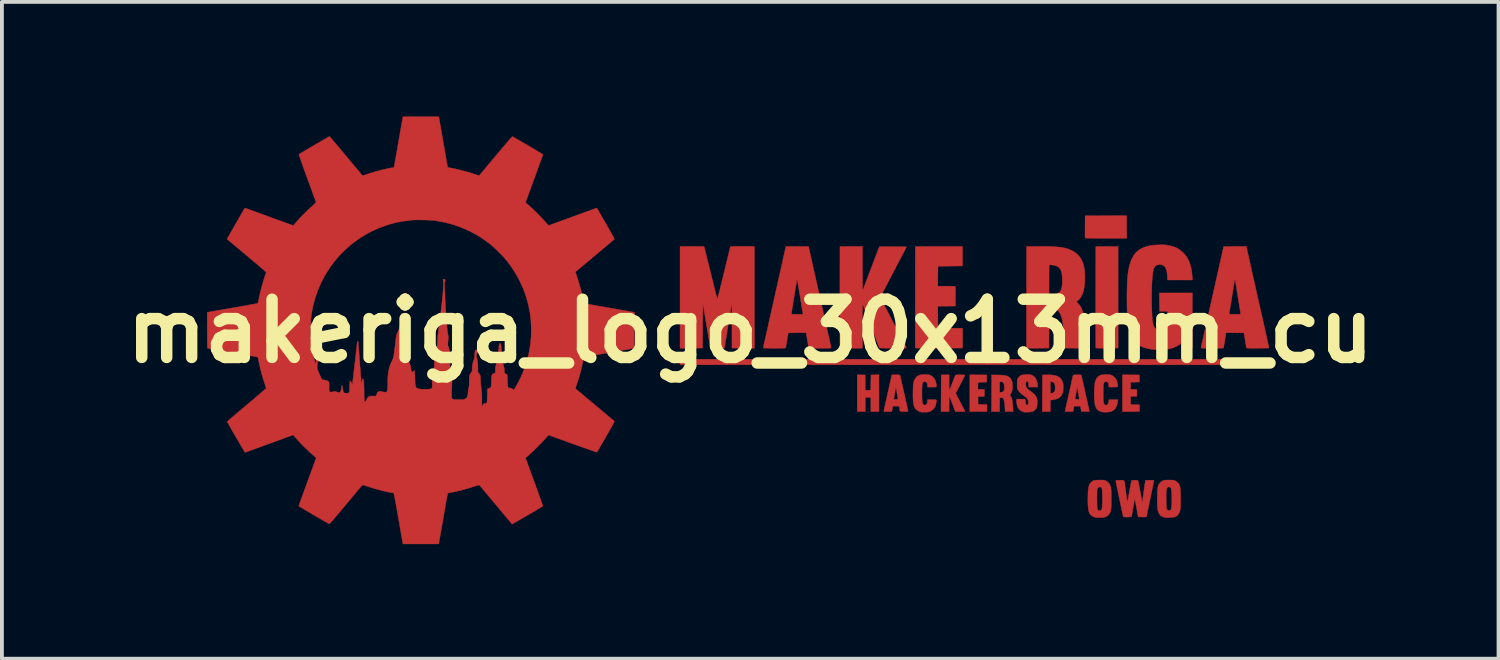
<source format=kicad_pcb>
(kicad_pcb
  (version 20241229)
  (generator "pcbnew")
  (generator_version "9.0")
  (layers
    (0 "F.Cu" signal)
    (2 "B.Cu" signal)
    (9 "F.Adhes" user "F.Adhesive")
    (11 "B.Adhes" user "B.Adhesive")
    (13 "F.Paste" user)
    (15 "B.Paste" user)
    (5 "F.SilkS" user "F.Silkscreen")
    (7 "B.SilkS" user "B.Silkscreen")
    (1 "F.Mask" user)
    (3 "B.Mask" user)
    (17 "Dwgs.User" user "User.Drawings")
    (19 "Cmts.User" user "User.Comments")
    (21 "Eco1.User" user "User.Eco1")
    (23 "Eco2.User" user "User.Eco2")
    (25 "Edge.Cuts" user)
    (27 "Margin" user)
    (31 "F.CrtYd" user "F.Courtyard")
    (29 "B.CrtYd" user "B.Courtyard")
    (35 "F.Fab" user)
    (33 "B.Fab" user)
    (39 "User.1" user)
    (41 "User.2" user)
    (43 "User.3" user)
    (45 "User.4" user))
  (footprint "makeriga_logo_30x13mm_cu"
    (layer "F.Cu")
    (at 16.59 5.618)
    (property "Reference" "makeriga_logo_30x13mm_cu" (at 0 0 0) (layer "F.SilkS") (effects (font (size 1.524 1.524) (thickness 0.3))))
    (attr through_hole)
    (fp_poly (pts (xy 13.581 0.881) (xy -1.837 0.881) (xy -1.837 0.737) (xy 13.581 0.737) (xy 13.581 0.881)) (stroke (width 0.01) (type solid)) (fill yes) (layer "F.Cu"))
    (fp_poly (pts (xy 3.37 2.108) (xy 3.158 2.108) (xy 3.158 1.736) (xy 3.014 1.736) (xy 3.014 2.108) (xy 2.802 2.108) (xy 2.802 1.142) (xy 2.906 1.145) (xy 3.01 1.147) (xy 3.014 1.55) (xy 3.084 1.548) (xy 3.154 1.545) (xy 3.158 1.346) (xy 3.162 1.147) (xy 3.266 1.145) (xy 3.37 1.142) (xy 3.37 2.108)) (stroke (width 0.01) (type solid)) (fill yes) (layer "F.Cu"))
    (fp_poly (pts (xy 5.971 1.145) (xy 6.193 1.147) (xy 6.193 1.333) (xy 6.079 1.338) (xy 5.965 1.342) (xy 5.962 1.433) (xy 5.96 1.524) (xy 6.13 1.524) (xy 6.13 1.71) (xy 5.965 1.714) (xy 5.965 1.918) (xy 6.081 1.92) (xy 6.198 1.922) (xy 6.198 2.108) (xy 5.749 2.108) (xy 5.749 1.143) (xy 5.971 1.145)) (stroke (width 0.01) (type solid)) (fill yes) (layer "F.Cu"))
    (fp_poly (pts (xy 9.967 1.145) (xy 10.19 1.147) (xy 10.19 1.333) (xy 9.957 1.338) (xy 9.957 1.523) (xy 10.039 1.526) (xy 10.122 1.528) (xy 10.122 1.706) (xy 9.957 1.711) (xy 9.957 1.921) (xy 10.073 1.924) (xy 10.19 1.926) (xy 10.19 2.104) (xy 9.967 2.106) (xy 9.745 2.108) (xy 9.745 1.143) (xy 9.967 1.145)) (stroke (width 0.01) (type solid)) (fill yes) (layer "F.Cu"))
    (fp_poly (pts (xy 9.855 -2.43) (xy 9.313 -2.43) (xy 9.199 -2.43) (xy 9.102 -2.43) (xy 9.019 -2.431) (xy 8.95 -2.431) (xy 8.893 -2.432) (xy 8.849 -2.433) (xy 8.815 -2.434) (xy 8.791 -2.436) (xy 8.776 -2.437) (xy 8.768 -2.439) (xy 8.767 -2.441) (xy 8.766 -2.451) (xy 8.765 -2.477) (xy 8.765 -2.515) (xy 8.764 -2.565) (xy 8.764 -2.622) (xy 8.765 -2.687) (xy 8.765 -2.735) (xy 8.767 -3.018) (xy 9.855 -3.023) (xy 9.855 -2.43)) (stroke (width 0.01) (type solid)) (fill yes) (layer "F.Cu"))
    (fp_poly (pts (xy 9.631 0.444) (xy 9.341 0.447) (xy 9.259 0.447) (xy 9.194 0.447) (xy 9.142 0.447) (xy 9.103 0.446) (xy 9.075 0.445) (xy 9.058 0.443) (xy 9.048 0.44) (xy 9.046 0.438) (xy 9.046 0.429) (xy 9.046 0.403) (xy 9.045 0.363) (xy 9.045 0.308) (xy 9.045 0.24) (xy 9.044 0.159) (xy 9.044 0.067) (xy 9.044 -0.035) (xy 9.044 -0.147) (xy 9.044 -0.268) (xy 9.044 -0.396) (xy 9.044 -0.531) (xy 9.044 -0.673) (xy 9.044 -0.819) (xy 9.044 -0.893) (xy 9.047 -2.214) (xy 9.631 -2.214) (xy 9.631 0.444)) (stroke (width 0.01) (type solid)) (fill yes) (layer "F.Cu"))
    (fp_poly (pts (xy 5.558 -1.706) (xy 5.237 -1.702) (xy 4.915 -1.698) (xy 4.91 -1.177) (xy 5.133 -1.177) (xy 5.193 -1.176) (xy 5.248 -1.176) (xy 5.295 -1.175) (xy 5.332 -1.173) (xy 5.356 -1.172) (xy 5.366 -1.17) (xy 5.369 -1.164) (xy 5.371 -1.151) (xy 5.373 -1.128) (xy 5.374 -1.094) (xy 5.375 -1.047) (xy 5.375 -0.987) (xy 5.374 -0.912) (xy 5.374 -0.91) (xy 5.372 -0.656) (xy 5.141 -0.654) (xy 4.91 -0.652) (xy 4.913 -0.364) (xy 4.915 -0.075) (xy 5.234 -0.076) (xy 5.554 -0.077) (xy 5.558 -0.057) (xy 5.56 -0.044) (xy 5.56 -0.016) (xy 5.561 0.024) (xy 5.561 0.074) (xy 5.561 0.131) (xy 5.561 0.194) (xy 5.561 0.203) (xy 5.558 0.444) (xy 4.942 0.447) (xy 4.821 0.447) (xy 4.715 0.447) (xy 4.625 0.447) (xy 4.548 0.447) (xy 4.485 0.447) (xy 4.433 0.446) (xy 4.393 0.445) (xy 4.363 0.444) (xy 4.341 0.443) (xy 4.328 0.441) (xy 4.322 0.439) (xy 4.322 0.438) (xy 4.321 0.429) (xy 4.321 0.403) (xy 4.321 0.363) (xy 4.32 0.308) (xy 4.32 0.24) (xy 4.32 0.159) (xy 4.32 0.067) (xy 4.32 -0.035) (xy 4.32 -0.147) (xy 4.32 -0.268) (xy 4.32 -0.396) (xy 4.32 -0.531) (xy 4.32 -0.673) (xy 4.32 -0.819) (xy 4.32 -0.893) (xy 4.322 -2.214) (xy 5.558 -2.214) (xy 5.558 -1.706)) (stroke (width 0.01) (type solid)) (fill yes) (layer "F.Cu"))
    (fp_poly (pts (xy 7.86 1.146) (xy 7.942 1.154) (xy 8.011 1.17) (xy 8.067 1.194) (xy 8.112 1.226) (xy 8.147 1.267) (xy 8.172 1.317) (xy 8.18 1.339) (xy 8.188 1.369) (xy 8.193 1.398) (xy 8.195 1.431) (xy 8.195 1.473) (xy 8.195 1.498) (xy 8.193 1.541) (xy 8.191 1.573) (xy 8.186 1.597) (xy 8.18 1.618) (xy 8.169 1.641) (xy 8.162 1.656) (xy 8.137 1.698) (xy 8.107 1.731) (xy 8.071 1.756) (xy 8.026 1.775) (xy 7.968 1.789) (xy 7.923 1.797) (xy 7.857 1.807) (xy 7.857 2.108) (xy 7.645 2.108) (xy 7.647 1.628) (xy 7.648 1.467) (xy 7.857 1.467) (xy 7.857 1.472) (xy 7.857 1.521) (xy 7.858 1.563) (xy 7.859 1.597) (xy 7.86 1.62) (xy 7.862 1.627) (xy 7.874 1.63) (xy 7.895 1.626) (xy 7.92 1.62) (xy 7.941 1.61) (xy 7.95 1.604) (xy 7.963 1.586) (xy 7.975 1.561) (xy 7.977 1.554) (xy 7.982 1.523) (xy 7.983 1.485) (xy 7.981 1.444) (xy 7.976 1.406) (xy 7.968 1.377) (xy 7.963 1.366) (xy 7.942 1.346) (xy 7.912 1.33) (xy 7.881 1.321) (xy 7.874 1.321) (xy 7.868 1.321) (xy 7.864 1.325) (xy 7.861 1.334) (xy 7.859 1.35) (xy 7.858 1.376) (xy 7.857 1.414) (xy 7.857 1.467) (xy 7.648 1.467) (xy 7.65 1.147) (xy 7.763 1.145) (xy 7.86 1.146)) (stroke (width 0.01) (type solid)) (fill yes) (layer "F.Cu"))
    (fp_poly (pts (xy 6.473 1.148) (xy 6.558 1.15) (xy 6.628 1.156) (xy 6.686 1.165) (xy 6.733 1.18) (xy 6.77 1.2) (xy 6.801 1.226) (xy 6.826 1.259) (xy 6.839 1.283) (xy 6.849 1.304) (xy 6.856 1.324) (xy 6.86 1.349) (xy 6.863 1.382) (xy 6.865 1.424) (xy 6.865 1.493) (xy 6.859 1.549) (xy 6.846 1.594) (xy 6.827 1.631) (xy 6.815 1.646) (xy 6.801 1.664) (xy 6.796 1.675) (xy 6.801 1.683) (xy 6.804 1.686) (xy 6.815 1.7) (xy 6.829 1.724) (xy 6.838 1.743) (xy 6.847 1.765) (xy 6.854 1.792) (xy 6.86 1.826) (xy 6.866 1.868) (xy 6.871 1.923) (xy 6.876 1.991) (xy 6.879 2.03) (xy 6.884 2.108) (xy 6.674 2.108) (xy 6.668 1.988) (xy 6.663 1.915) (xy 6.656 1.857) (xy 6.645 1.811) (xy 6.63 1.775) (xy 6.623 1.763) (xy 6.612 1.751) (xy 6.597 1.746) (xy 6.571 1.746) (xy 6.532 1.748) (xy 6.53 1.928) (xy 6.527 2.108) (xy 6.316 2.108) (xy 6.318 1.628) (xy 6.319 1.463) (xy 6.528 1.463) (xy 6.528 1.509) (xy 6.529 1.549) (xy 6.53 1.579) (xy 6.531 1.598) (xy 6.532 1.602) (xy 6.543 1.603) (xy 6.564 1.601) (xy 6.589 1.596) (xy 6.612 1.589) (xy 6.626 1.583) (xy 6.626 1.583) (xy 6.641 1.56) (xy 6.65 1.524) (xy 6.654 1.477) (xy 6.653 1.447) (xy 6.648 1.401) (xy 6.639 1.369) (xy 6.623 1.347) (xy 6.6 1.333) (xy 6.586 1.329) (xy 6.565 1.324) (xy 6.55 1.322) (xy 6.54 1.327) (xy 6.533 1.339) (xy 6.53 1.361) (xy 6.528 1.396) (xy 6.528 1.444) (xy 6.528 1.463) (xy 6.319 1.463) (xy 6.32 1.147) (xy 6.473 1.148)) (stroke (width 0.01) (type solid)) (fill yes) (layer "F.Cu"))
    (fp_poly (pts (xy 5.207 1.348) (xy 5.207 1.415) (xy 5.208 1.467) (xy 5.209 1.504) (xy 5.211 1.528) (xy 5.215 1.538) (xy 5.22 1.537) (xy 5.227 1.526) (xy 5.236 1.505) (xy 5.242 1.49) (xy 5.272 1.408) (xy 5.297 1.341) (xy 5.318 1.287) (xy 5.334 1.245) (xy 5.347 1.213) (xy 5.356 1.189) (xy 5.363 1.172) (xy 5.369 1.162) (xy 5.373 1.155) (xy 5.376 1.152) (xy 5.378 1.15) (xy 5.391 1.147) (xy 5.416 1.145) (xy 5.45 1.144) (xy 5.489 1.143) (xy 5.528 1.144) (xy 5.564 1.145) (xy 5.594 1.147) (xy 5.613 1.149) (xy 5.618 1.152) (xy 5.616 1.162) (xy 5.607 1.184) (xy 5.593 1.215) (xy 5.574 1.253) (xy 5.564 1.272) (xy 5.538 1.323) (xy 5.507 1.382) (xy 5.476 1.442) (xy 5.447 1.497) (xy 5.442 1.507) (xy 5.378 1.63) (xy 5.414 1.698) (xy 5.429 1.727) (xy 5.45 1.768) (xy 5.476 1.816) (xy 5.503 1.868) (xy 5.528 1.918) (xy 5.553 1.964) (xy 5.575 2.006) (xy 5.593 2.04) (xy 5.607 2.065) (xy 5.614 2.077) (xy 5.614 2.078) (xy 5.622 2.094) (xy 5.622 2.097) (xy 5.618 2.102) (xy 5.605 2.105) (xy 5.582 2.107) (xy 5.545 2.108) (xy 5.496 2.108) (xy 5.37 2.108) (xy 5.331 2.004) (xy 5.302 1.928) (xy 5.279 1.865) (xy 5.26 1.816) (xy 5.245 1.778) (xy 5.234 1.75) (xy 5.226 1.73) (xy 5.22 1.718) (xy 5.218 1.714) (xy 5.214 1.712) (xy 5.212 1.718) (xy 5.21 1.734) (xy 5.209 1.762) (xy 5.208 1.802) (xy 5.207 1.857) (xy 5.207 1.903) (xy 5.207 2.108) (xy 4.995 2.108) (xy 4.997 1.628) (xy 5 1.147) (xy 5.103 1.145) (xy 5.207 1.142) (xy 5.207 1.348)) (stroke (width 0.01) (type solid)) (fill yes) (layer "F.Cu"))
    (fp_poly (pts (xy 9.361 1.139) (xy 9.396 1.14) (xy 9.422 1.143) (xy 9.441 1.147) (xy 9.459 1.154) (xy 9.466 1.157) (xy 9.512 1.187) (xy 9.553 1.227) (xy 9.584 1.273) (xy 9.584 1.274) (xy 9.594 1.299) (xy 9.603 1.331) (xy 9.612 1.367) (xy 9.619 1.402) (xy 9.623 1.432) (xy 9.624 1.451) (xy 9.623 1.454) (xy 9.616 1.459) (xy 9.599 1.462) (xy 9.57 1.464) (xy 9.527 1.465) (xy 9.505 1.465) (xy 9.391 1.465) (xy 9.385 1.414) (xy 9.376 1.369) (xy 9.36 1.339) (xy 9.337 1.324) (xy 9.317 1.321) (xy 9.286 1.328) (xy 9.264 1.35) (xy 9.25 1.387) (xy 9.248 1.396) (xy 9.246 1.419) (xy 9.245 1.455) (xy 9.243 1.501) (xy 9.242 1.555) (xy 9.242 1.613) (xy 9.242 1.672) (xy 9.243 1.728) (xy 9.244 1.78) (xy 9.245 1.822) (xy 9.247 1.852) (xy 9.248 1.864) (xy 9.26 1.902) (xy 9.28 1.927) (xy 9.306 1.938) (xy 9.313 1.939) (xy 9.34 1.934) (xy 9.361 1.917) (xy 9.375 1.888) (xy 9.383 1.852) (xy 9.392 1.795) (xy 9.628 1.795) (xy 9.623 1.831) (xy 9.608 1.907) (xy 9.588 1.969) (xy 9.562 2.018) (xy 9.529 2.057) (xy 9.487 2.087) (xy 9.458 2.102) (xy 9.428 2.111) (xy 9.386 2.117) (xy 9.338 2.122) (xy 9.29 2.123) (xy 9.245 2.121) (xy 9.216 2.117) (xy 9.167 2.103) (xy 9.125 2.083) (xy 9.091 2.057) (xy 9.063 2.022) (xy 9.042 1.978) (xy 9.026 1.922) (xy 9.015 1.855) (xy 9.008 1.774) (xy 9.005 1.679) (xy 9.005 1.63) (xy 9.006 1.529) (xy 9.012 1.443) (xy 9.021 1.371) (xy 9.034 1.311) (xy 9.053 1.263) (xy 9.076 1.223) (xy 9.106 1.192) (xy 9.142 1.167) (xy 9.159 1.159) (xy 9.177 1.151) (xy 9.196 1.145) (xy 9.22 1.142) (xy 9.251 1.14) (xy 9.293 1.139) (xy 9.313 1.139) (xy 9.361 1.139)) (stroke (width 0.01) (type solid)) (fill yes) (layer "F.Cu"))
    (fp_poly (pts (xy 4.592 1.136) (xy 4.637 1.139) (xy 4.669 1.142) (xy 4.694 1.147) (xy 4.715 1.156) (xy 4.729 1.162) (xy 4.781 1.198) (xy 4.822 1.247) (xy 4.852 1.307) (xy 4.868 1.372) (xy 4.874 1.408) (xy 4.877 1.433) (xy 4.875 1.45) (xy 4.865 1.459) (xy 4.846 1.464) (xy 4.815 1.465) (xy 4.77 1.465) (xy 4.758 1.465) (xy 4.64 1.465) (xy 4.64 1.427) (xy 4.635 1.381) (xy 4.62 1.347) (xy 4.597 1.327) (xy 4.568 1.321) (xy 4.542 1.326) (xy 4.523 1.343) (xy 4.51 1.373) (xy 4.504 1.397) (xy 4.501 1.422) (xy 4.499 1.46) (xy 4.497 1.509) (xy 4.496 1.564) (xy 4.496 1.624) (xy 4.496 1.683) (xy 4.497 1.74) (xy 4.499 1.791) (xy 4.501 1.833) (xy 4.504 1.863) (xy 4.505 1.871) (xy 4.518 1.907) (xy 4.539 1.93) (xy 4.564 1.939) (xy 4.592 1.932) (xy 4.61 1.92) (xy 4.624 1.905) (xy 4.632 1.886) (xy 4.636 1.858) (xy 4.637 1.848) (xy 4.642 1.795) (xy 4.759 1.795) (xy 4.807 1.795) (xy 4.841 1.795) (xy 4.862 1.799) (xy 4.873 1.806) (xy 4.876 1.82) (xy 4.874 1.842) (xy 4.869 1.874) (xy 4.868 1.88) (xy 4.85 1.951) (xy 4.821 2.01) (xy 4.78 2.057) (xy 4.727 2.093) (xy 4.716 2.099) (xy 4.69 2.109) (xy 4.665 2.116) (xy 4.634 2.12) (xy 4.593 2.122) (xy 4.585 2.122) (xy 4.546 2.122) (xy 4.512 2.122) (xy 4.487 2.121) (xy 4.479 2.12) (xy 4.424 2.103) (xy 4.374 2.077) (xy 4.335 2.043) (xy 4.335 2.042) (xy 4.313 2.013) (xy 4.295 1.979) (xy 4.282 1.939) (xy 4.272 1.889) (xy 4.265 1.83) (xy 4.261 1.759) (xy 4.26 1.674) (xy 4.261 1.595) (xy 4.263 1.512) (xy 4.267 1.444) (xy 4.272 1.388) (xy 4.279 1.343) (xy 4.288 1.305) (xy 4.301 1.274) (xy 4.316 1.245) (xy 4.321 1.238) (xy 4.354 1.198) (xy 4.394 1.168) (xy 4.441 1.149) (xy 4.5 1.138) (xy 4.571 1.136) (xy 4.592 1.136)) (stroke (width 0.01) (type solid)) (fill yes) (layer "F.Cu"))
    (fp_poly (pts (xy 7.321 1.139) (xy 7.357 1.146) (xy 7.388 1.16) (xy 7.415 1.177) (xy 7.455 1.215) (xy 7.486 1.265) (xy 7.509 1.328) (xy 7.523 1.405) (xy 7.524 1.416) (xy 7.529 1.465) (xy 7.29 1.465) (xy 7.289 1.416) (xy 7.287 1.373) (xy 7.281 1.345) (xy 7.272 1.329) (xy 7.258 1.322) (xy 7.257 1.322) (xy 7.236 1.323) (xy 7.223 1.334) (xy 7.216 1.358) (xy 7.214 1.396) (xy 7.214 1.396) (xy 7.216 1.436) (xy 7.226 1.468) (xy 7.246 1.498) (xy 7.277 1.527) (xy 7.307 1.55) (xy 7.366 1.593) (xy 7.413 1.631) (xy 7.448 1.665) (xy 7.474 1.697) (xy 7.492 1.73) (xy 7.504 1.765) (xy 7.51 1.792) (xy 7.516 1.846) (xy 7.515 1.905) (xy 7.508 1.963) (xy 7.5 2) (xy 7.481 2.037) (xy 7.45 2.07) (xy 7.411 2.096) (xy 7.393 2.104) (xy 7.364 2.111) (xy 7.325 2.117) (xy 7.281 2.121) (xy 7.235 2.122) (xy 7.195 2.122) (xy 7.165 2.119) (xy 7.159 2.117) (xy 7.098 2.094) (xy 7.051 2.06) (xy 7.016 2.015) (xy 7.003 1.99) (xy 6.994 1.964) (xy 6.985 1.929) (xy 6.978 1.89) (xy 6.972 1.852) (xy 6.969 1.82) (xy 6.969 1.797) (xy 6.971 1.792) (xy 6.975 1.786) (xy 6.983 1.782) (xy 6.999 1.78) (xy 7.024 1.779) (xy 7.063 1.779) (xy 7.089 1.78) (xy 7.201 1.782) (xy 7.206 1.849) (xy 7.212 1.892) (xy 7.22 1.92) (xy 7.233 1.935) (xy 7.25 1.936) (xy 7.255 1.935) (xy 7.271 1.923) (xy 7.279 1.9) (xy 7.281 1.863) (xy 7.28 1.842) (xy 7.274 1.81) (xy 7.262 1.782) (xy 7.242 1.755) (xy 7.212 1.727) (xy 7.168 1.694) (xy 7.154 1.684) (xy 7.097 1.641) (xy 7.053 1.6) (xy 7.02 1.557) (xy 7.005 1.532) (xy 6.998 1.517) (xy 6.994 1.499) (xy 6.991 1.474) (xy 6.99 1.44) (xy 6.989 1.391) (xy 6.989 1.389) (xy 6.99 1.341) (xy 6.991 1.306) (xy 6.993 1.282) (xy 6.997 1.263) (xy 7.004 1.247) (xy 7.007 1.24) (xy 7.032 1.203) (xy 7.06 1.175) (xy 7.096 1.155) (xy 7.141 1.143) (xy 7.2 1.137) (xy 7.218 1.136) (xy 7.276 1.135) (xy 7.321 1.139)) (stroke (width 0.01) (type solid)) (fill yes) (layer "F.Cu"))
    (fp_poly (pts (xy 3.859 1.144) (xy 3.893 1.146) (xy 3.913 1.15) (xy 3.918 1.154) (xy 3.924 1.166) (xy 3.931 1.191) (xy 3.939 1.223) (xy 3.941 1.232) (xy 3.95 1.273) (xy 3.959 1.313) (xy 3.968 1.357) (xy 3.979 1.405) (xy 3.992 1.461) (xy 4.007 1.527) (xy 4.024 1.606) (xy 4.034 1.651) (xy 4.049 1.714) (xy 4.062 1.775) (xy 4.075 1.832) (xy 4.086 1.882) (xy 4.095 1.92) (xy 4.099 1.939) (xy 4.107 1.977) (xy 4.115 2.013) (xy 4.122 2.04) (xy 4.123 2.045) (xy 4.129 2.071) (xy 4.132 2.089) (xy 4.127 2.1) (xy 4.114 2.105) (xy 4.09 2.108) (xy 4.053 2.108) (xy 4.03 2.108) (xy 3.985 2.108) (xy 3.953 2.106) (xy 3.933 2.101) (xy 3.921 2.09) (xy 3.915 2.07) (xy 3.91 2.041) (xy 3.908 2.017) (xy 3.901 1.964) (xy 3.728 1.964) (xy 3.722 2.009) (xy 3.718 2.04) (xy 3.713 2.07) (xy 3.711 2.081) (xy 3.707 2.108) (xy 3.602 2.108) (xy 3.555 2.108) (xy 3.523 2.106) (xy 3.505 2.103) (xy 3.497 2.099) (xy 3.497 2.098) (xy 3.499 2.086) (xy 3.504 2.061) (xy 3.511 2.025) (xy 3.521 1.98) (xy 3.532 1.93) (xy 3.535 1.918) (xy 3.548 1.86) (xy 3.561 1.803) (xy 3.566 1.782) (xy 3.759 1.782) (xy 3.767 1.784) (xy 3.787 1.786) (xy 3.815 1.786) (xy 3.845 1.786) (xy 3.861 1.784) (xy 3.867 1.78) (xy 3.867 1.771) (xy 3.866 1.765) (xy 3.862 1.749) (xy 3.857 1.72) (xy 3.851 1.682) (xy 3.844 1.639) (xy 3.844 1.634) (xy 3.834 1.574) (xy 3.827 1.529) (xy 3.822 1.499) (xy 3.817 1.483) (xy 3.813 1.479) (xy 3.81 1.487) (xy 3.805 1.506) (xy 3.8 1.533) (xy 3.799 1.541) (xy 3.791 1.586) (xy 3.783 1.633) (xy 3.776 1.679) (xy 3.769 1.719) (xy 3.764 1.752) (xy 3.76 1.774) (xy 3.759 1.782) (xy 3.566 1.782) (xy 3.573 1.75) (xy 3.583 1.705) (xy 3.59 1.672) (xy 3.602 1.617) (xy 3.615 1.556) (xy 3.63 1.492) (xy 3.644 1.428) (xy 3.658 1.366) (xy 3.671 1.308) (xy 3.682 1.258) (xy 3.692 1.218) (xy 3.698 1.19) (xy 3.701 1.179) (xy 3.711 1.143) (xy 3.81 1.143) (xy 3.859 1.144)) (stroke (width 0.01) (type solid)) (fill yes) (layer "F.Cu"))
    (fp_poly (pts (xy 11.011 3.899) (xy 11.048 3.9) (xy 11.074 3.902) (xy 11.095 3.906) (xy 11.111 3.911) (xy 11.125 3.917) (xy 11.172 3.946) (xy 11.207 3.981) (xy 11.234 4.026) (xy 11.248 4.064) (xy 11.253 4.089) (xy 11.258 4.128) (xy 11.262 4.179) (xy 11.265 4.238) (xy 11.267 4.303) (xy 11.268 4.371) (xy 11.269 4.438) (xy 11.268 4.503) (xy 11.267 4.562) (xy 11.264 4.613) (xy 11.26 4.653) (xy 11.258 4.671) (xy 11.239 4.738) (xy 11.214 4.789) (xy 11.181 4.828) (xy 11.139 4.856) (xy 11.118 4.864) (xy 11.091 4.871) (xy 11.051 4.876) (xy 11.005 4.88) (xy 10.957 4.882) (xy 10.911 4.883) (xy 10.873 4.881) (xy 10.854 4.878) (xy 10.811 4.865) (xy 10.771 4.847) (xy 10.74 4.826) (xy 10.737 4.823) (xy 10.712 4.792) (xy 10.69 4.749) (xy 10.673 4.698) (xy 10.667 4.673) (xy 10.663 4.645) (xy 10.66 4.603) (xy 10.658 4.55) (xy 10.657 4.49) (xy 10.656 4.424) (xy 10.656 4.358) (xy 10.656 4.326) (xy 10.889 4.326) (xy 10.889 4.41) (xy 10.89 4.423) (xy 10.891 4.491) (xy 10.892 4.543) (xy 10.894 4.583) (xy 10.896 4.613) (xy 10.898 4.634) (xy 10.902 4.649) (xy 10.906 4.661) (xy 10.907 4.662) (xy 10.92 4.681) (xy 10.931 4.693) (xy 10.932 4.693) (xy 10.961 4.698) (xy 10.989 4.693) (xy 11.006 4.683) (xy 11.015 4.67) (xy 11.022 4.65) (xy 11.028 4.621) (xy 11.032 4.582) (xy 11.034 4.532) (xy 11.036 4.467) (xy 11.036 4.39) (xy 11.036 4.308) (xy 11.034 4.242) (xy 11.031 4.19) (xy 11.026 4.15) (xy 11.019 4.121) (xy 11.009 4.101) (xy 10.996 4.089) (xy 10.98 4.082) (xy 10.961 4.081) (xy 10.942 4.083) (xy 10.926 4.091) (xy 10.914 4.105) (xy 10.904 4.127) (xy 10.897 4.159) (xy 10.892 4.202) (xy 10.89 4.257) (xy 10.889 4.326) (xy 10.656 4.326) (xy 10.657 4.292) (xy 10.658 4.232) (xy 10.66 4.178) (xy 10.663 4.136) (xy 10.667 4.107) (xy 10.667 4.107) (xy 10.684 4.044) (xy 10.707 3.995) (xy 10.74 3.957) (xy 10.783 3.926) (xy 10.791 3.921) (xy 10.808 3.913) (xy 10.824 3.907) (xy 10.842 3.903) (xy 10.865 3.9) (xy 10.897 3.899) (xy 10.942 3.899) (xy 10.96 3.899) (xy 11.011 3.899)) (stroke (width 0.01) (type solid)) (fill yes) (layer "F.Cu"))
    (fp_poly (pts (xy 9.197 3.899) (xy 9.233 3.9) (xy 9.258 3.901) (xy 9.278 3.905) (xy 9.294 3.91) (xy 9.31 3.918) (xy 9.321 3.924) (xy 9.368 3.957) (xy 9.403 3.999) (xy 9.428 4.053) (xy 9.437 4.082) (xy 9.442 4.103) (xy 9.446 4.124) (xy 9.448 4.149) (xy 9.45 4.18) (xy 9.452 4.219) (xy 9.453 4.268) (xy 9.453 4.33) (xy 9.453 4.39) (xy 9.453 4.464) (xy 9.452 4.523) (xy 9.452 4.57) (xy 9.45 4.607) (xy 9.448 4.636) (xy 9.445 4.66) (xy 9.441 4.681) (xy 9.437 4.698) (xy 9.418 4.755) (xy 9.391 4.799) (xy 9.355 4.833) (xy 9.318 4.855) (xy 9.293 4.866) (xy 9.272 4.873) (xy 9.247 4.878) (xy 9.216 4.88) (xy 9.173 4.882) (xy 9.169 4.882) (xy 9.128 4.882) (xy 9.092 4.882) (xy 9.064 4.881) (xy 9.051 4.88) (xy 8.997 4.864) (xy 8.95 4.84) (xy 8.922 4.819) (xy 8.9 4.795) (xy 8.882 4.766) (xy 8.868 4.731) (xy 8.857 4.689) (xy 8.849 4.637) (xy 8.843 4.573) (xy 8.84 4.497) (xy 8.839 4.405) (xy 8.839 4.394) (xy 8.84 4.315) (xy 9.077 4.315) (xy 9.077 4.375) (xy 9.078 4.428) (xy 9.079 4.502) (xy 9.08 4.561) (xy 9.082 4.607) (xy 9.086 4.641) (xy 9.091 4.665) (xy 9.099 4.68) (xy 9.109 4.69) (xy 9.122 4.695) (xy 9.139 4.697) (xy 9.149 4.698) (xy 9.17 4.694) (xy 9.185 4.684) (xy 9.196 4.672) (xy 9.204 4.654) (xy 9.211 4.627) (xy 9.215 4.591) (xy 9.218 4.545) (xy 9.219 4.485) (xy 9.219 4.411) (xy 9.219 4.352) (xy 9.217 4.277) (xy 9.216 4.217) (xy 9.213 4.171) (xy 9.209 4.137) (xy 9.203 4.112) (xy 9.194 4.096) (xy 9.183 4.087) (xy 9.169 4.082) (xy 9.15 4.081) (xy 9.146 4.081) (xy 9.117 4.088) (xy 9.095 4.11) (xy 9.083 4.146) (xy 9.08 4.16) (xy 9.079 4.181) (xy 9.078 4.215) (xy 9.077 4.261) (xy 9.077 4.315) (xy 8.84 4.315) (xy 8.84 4.3) (xy 8.843 4.221) (xy 8.848 4.156) (xy 8.855 4.101) (xy 8.866 4.057) (xy 8.879 4.02) (xy 8.896 3.99) (xy 8.917 3.964) (xy 8.918 3.964) (xy 8.942 3.941) (xy 8.967 3.924) (xy 8.996 3.912) (xy 9.031 3.905) (xy 9.077 3.901) (xy 9.136 3.899) (xy 9.148 3.899) (xy 9.197 3.899)) (stroke (width 0.01) (type solid)) (fill yes) (layer "F.Cu"))
    (fp_poly (pts (xy 8.623 1.144) (xy 8.649 1.146) (xy 8.663 1.149) (xy 8.665 1.151) (xy 8.668 1.16) (xy 8.674 1.185) (xy 8.683 1.221) (xy 8.694 1.268) (xy 8.706 1.322) (xy 8.72 1.381) (xy 8.734 1.444) (xy 8.748 1.508) (xy 8.762 1.571) (xy 8.771 1.613) (xy 8.777 1.638) (xy 8.785 1.675) (xy 8.795 1.722) (xy 8.807 1.775) (xy 8.82 1.832) (xy 8.833 1.89) (xy 8.845 1.946) (xy 8.857 1.997) (xy 8.866 2.04) (xy 8.873 2.072) (xy 8.877 2.089) (xy 8.879 2.097) (xy 8.877 2.102) (xy 8.868 2.106) (xy 8.852 2.107) (xy 8.823 2.108) (xy 8.781 2.108) (xy 8.776 2.108) (xy 8.671 2.108) (xy 8.662 2.06) (xy 8.656 2.028) (xy 8.65 2) (xy 8.648 1.988) (xy 8.643 1.964) (xy 8.477 1.964) (xy 8.467 2.026) (xy 8.461 2.057) (xy 8.457 2.083) (xy 8.454 2.097) (xy 8.453 2.098) (xy 8.447 2.102) (xy 8.429 2.106) (xy 8.398 2.107) (xy 8.352 2.108) (xy 8.343 2.108) (xy 8.299 2.108) (xy 8.269 2.108) (xy 8.251 2.106) (xy 8.242 2.103) (xy 8.24 2.098) (xy 8.241 2.091) (xy 8.242 2.089) (xy 8.246 2.073) (xy 8.252 2.044) (xy 8.26 2.009) (xy 8.264 1.994) (xy 8.27 1.964) (xy 8.28 1.92) (xy 8.292 1.867) (xy 8.305 1.808) (xy 8.314 1.767) (xy 8.509 1.767) (xy 8.511 1.778) (xy 8.517 1.784) (xy 8.533 1.786) (xy 8.56 1.786) (xy 8.588 1.786) (xy 8.603 1.784) (xy 8.609 1.778) (xy 8.61 1.766) (xy 8.61 1.763) (xy 8.608 1.739) (xy 8.603 1.711) (xy 8.602 1.706) (xy 8.598 1.683) (xy 8.592 1.649) (xy 8.585 1.609) (xy 8.58 1.579) (xy 8.574 1.541) (xy 8.569 1.509) (xy 8.564 1.486) (xy 8.562 1.478) (xy 8.559 1.483) (xy 8.554 1.502) (xy 8.548 1.532) (xy 8.541 1.569) (xy 8.533 1.61) (xy 8.526 1.652) (xy 8.519 1.692) (xy 8.514 1.727) (xy 8.51 1.754) (xy 8.509 1.767) (xy 8.314 1.767) (xy 8.319 1.746) (xy 8.327 1.71) (xy 8.341 1.648) (xy 8.355 1.587) (xy 8.367 1.53) (xy 8.378 1.481) (xy 8.387 1.442) (xy 8.39 1.427) (xy 8.402 1.375) (xy 8.413 1.323) (xy 8.425 1.273) (xy 8.435 1.228) (xy 8.444 1.191) (xy 8.45 1.165) (xy 8.454 1.154) (xy 8.463 1.149) (xy 8.486 1.146) (xy 8.517 1.144) (xy 8.553 1.143) (xy 8.589 1.143) (xy 8.623 1.144)) (stroke (width 0.01) (type solid)) (fill yes) (layer "F.Cu"))
    (fp_poly (pts (xy -1.522 -2.216) (xy -1.207 -2.214) (xy -1.13 -1.905) (xy -1.11 -1.825) (xy -1.087 -1.733) (xy -1.062 -1.633) (xy -1.036 -1.528) (xy -1.01 -1.423) (xy -0.985 -1.322) (xy -0.962 -1.229) (xy -0.961 -1.223) (xy -0.942 -1.147) (xy -0.924 -1.075) (xy -0.908 -1.01) (xy -0.893 -0.953) (xy -0.881 -0.907) (xy -0.872 -0.872) (xy -0.866 -0.85) (xy -0.863 -0.844) (xy -0.862 -0.844) (xy -0.86 -0.847) (xy -0.857 -0.853) (xy -0.853 -0.865) (xy -0.848 -0.881) (xy -0.842 -0.904) (xy -0.834 -0.934) (xy -0.824 -0.972) (xy -0.812 -1.018) (xy -0.798 -1.074) (xy -0.782 -1.14) (xy -0.763 -1.217) (xy -0.741 -1.306) (xy -0.716 -1.407) (xy -0.688 -1.522) (xy -0.656 -1.651) (xy -0.621 -1.795) (xy -0.588 -1.93) (xy -0.572 -1.995) (xy -0.558 -2.055) (xy -0.545 -2.108) (xy -0.534 -2.152) (xy -0.526 -2.184) (xy -0.521 -2.203) (xy -0.52 -2.208) (xy -0.516 -2.211) (xy -0.503 -2.213) (xy -0.481 -2.215) (xy -0.449 -2.216) (xy -0.405 -2.217) (xy -0.347 -2.218) (xy -0.275 -2.218) (xy -0.203 -2.218) (xy 0.11 -2.218) (xy 0.11 0.449) (xy -0.184 0.447) (xy -0.478 0.444) (xy -0.478 -0.134) (xy -0.478 -0.25) (xy -0.479 -0.351) (xy -0.479 -0.436) (xy -0.479 -0.507) (xy -0.48 -0.565) (xy -0.481 -0.611) (xy -0.482 -0.645) (xy -0.483 -0.669) (xy -0.485 -0.684) (xy -0.486 -0.69) (xy -0.488 -0.689) (xy -0.489 -0.689) (xy -0.496 -0.666) (xy -0.499 -0.648) (xy -0.501 -0.635) (xy -0.504 -0.608) (xy -0.51 -0.571) (xy -0.517 -0.526) (xy -0.524 -0.478) (xy -0.532 -0.429) (xy -0.54 -0.383) (xy -0.547 -0.342) (xy -0.55 -0.322) (xy -0.555 -0.297) (xy -0.561 -0.26) (xy -0.568 -0.214) (xy -0.576 -0.164) (xy -0.58 -0.14) (xy -0.591 -0.072) (xy -0.602 -0.005) (xy -0.613 0.064) (xy -0.625 0.141) (xy -0.639 0.227) (xy -0.655 0.326) (xy -0.674 0.444) (xy -0.857 0.447) (xy -1.041 0.449) (xy -1.045 0.43) (xy -1.052 0.394) (xy -1.06 0.345) (xy -1.07 0.288) (xy -1.081 0.225) (xy -1.091 0.162) (xy -1.101 0.101) (xy -1.106 0.068) (xy -1.111 0.032) (xy -1.117 0.001) (xy -1.121 -0.02) (xy -1.122 -0.025) (xy -1.125 -0.039) (xy -1.129 -0.065) (xy -1.135 -0.099) (xy -1.138 -0.119) (xy -1.142 -0.143) (xy -1.148 -0.179) (xy -1.156 -0.226) (xy -1.165 -0.28) (xy -1.174 -0.339) (xy -1.185 -0.402) (xy -1.195 -0.464) (xy -1.206 -0.525) (xy -1.215 -0.581) (xy -1.223 -0.63) (xy -1.23 -0.671) (xy -1.235 -0.699) (xy -1.238 -0.714) (xy -1.238 -0.714) (xy -1.239 -0.708) (xy -1.239 -0.686) (xy -1.24 -0.649) (xy -1.24 -0.6) (xy -1.241 -0.539) (xy -1.242 -0.467) (xy -1.242 -0.387) (xy -1.243 -0.299) (xy -1.244 -0.205) (xy -1.245 -0.14) (xy -1.249 0.444) (xy -1.543 0.447) (xy -1.837 0.449) (xy -1.837 -2.218) (xy -1.522 -2.216)) (stroke (width 0.01) (type solid)) (fill yes) (layer "F.Cu"))
    (fp_poly (pts (xy 10.844 -2.259) (xy 10.877 -2.255) (xy 10.912 -2.25) (xy 10.946 -2.244) (xy 11.039 -2.223) (xy 11.118 -2.198) (xy 11.187 -2.166) (xy 11.249 -2.126) (xy 11.309 -2.077) (xy 11.337 -2.05) (xy 11.399 -1.98) (xy 11.449 -1.906) (xy 11.488 -1.826) (xy 11.521 -1.735) (xy 11.532 -1.693) (xy 11.541 -1.65) (xy 11.551 -1.597) (xy 11.56 -1.539) (xy 11.567 -1.481) (xy 11.572 -1.429) (xy 11.574 -1.388) (xy 11.574 -1.384) (xy 11.574 -1.338) (xy 10.925 -1.338) (xy 10.919 -1.443) (xy 10.911 -1.528) (xy 10.897 -1.597) (xy 10.875 -1.653) (xy 10.846 -1.694) (xy 10.81 -1.722) (xy 10.789 -1.731) (xy 10.743 -1.742) (xy 10.701 -1.742) (xy 10.657 -1.731) (xy 10.629 -1.718) (xy 10.605 -1.701) (xy 10.585 -1.676) (xy 10.569 -1.644) (xy 10.555 -1.603) (xy 10.543 -1.55) (xy 10.534 -1.486) (xy 10.526 -1.409) (xy 10.52 -1.316) (xy 10.516 -1.245) (xy 10.512 -1.15) (xy 10.51 -1.048) (xy 10.508 -0.941) (xy 10.508 -0.833) (xy 10.509 -0.725) (xy 10.512 -0.62) (xy 10.515 -0.521) (xy 10.519 -0.43) (xy 10.524 -0.35) (xy 10.53 -0.283) (xy 10.533 -0.258) (xy 10.546 -0.187) (xy 10.564 -0.13) (xy 10.587 -0.088) (xy 10.616 -0.058) (xy 10.653 -0.039) (xy 10.673 -0.034) (xy 10.732 -0.028) (xy 10.785 -0.038) (xy 10.829 -0.063) (xy 10.865 -0.102) (xy 10.893 -0.156) (xy 10.896 -0.167) (xy 10.904 -0.192) (xy 10.909 -0.218) (xy 10.914 -0.248) (xy 10.917 -0.286) (xy 10.919 -0.336) (xy 10.92 -0.37) (xy 10.924 -0.516) (xy 10.715 -0.521) (xy 10.712 -0.76) (xy 10.71 -0.999) (xy 11.574 -0.999) (xy 11.572 -0.277) (xy 11.57 0.444) (xy 11.384 0.444) (xy 11.361 0.366) (xy 11.351 0.331) (xy 11.342 0.303) (xy 11.335 0.285) (xy 11.333 0.281) (xy 11.325 0.284) (xy 11.309 0.295) (xy 11.301 0.302) (xy 11.229 0.359) (xy 11.144 0.407) (xy 11.048 0.445) (xy 10.942 0.472) (xy 10.907 0.479) (xy 10.85 0.485) (xy 10.782 0.489) (xy 10.707 0.489) (xy 10.63 0.487) (xy 10.556 0.482) (xy 10.524 0.478) (xy 10.415 0.46) (xy 10.318 0.434) (xy 10.233 0.399) (xy 10.159 0.355) (xy 10.095 0.3) (xy 10.04 0.235) (xy 9.994 0.157) (xy 9.956 0.066) (xy 9.925 -0.038) (xy 9.9 -0.158) (xy 9.885 -0.258) (xy 9.879 -0.317) (xy 9.874 -0.39) (xy 9.869 -0.476) (xy 9.866 -0.57) (xy 9.864 -0.672) (xy 9.863 -0.778) (xy 9.862 -0.887) (xy 9.863 -0.995) (xy 9.865 -1.1) (xy 9.867 -1.199) (xy 9.871 -1.291) (xy 9.875 -1.372) (xy 9.881 -1.441) (xy 9.885 -1.477) (xy 9.905 -1.608) (xy 9.93 -1.723) (xy 9.962 -1.824) (xy 9.999 -1.912) (xy 10.043 -1.988) (xy 10.095 -2.052) (xy 10.154 -2.106) (xy 10.222 -2.152) (xy 10.252 -2.168) (xy 10.317 -2.196) (xy 10.385 -2.219) (xy 10.458 -2.236) (xy 10.539 -2.248) (xy 10.633 -2.255) (xy 10.702 -2.258) (xy 10.76 -2.26) (xy 10.806 -2.26) (xy 10.844 -2.259)) (stroke (width 0.01) (type solid)) (fill yes) (layer "F.Cu"))
    (fp_poly (pts (xy 7.779 -2.216) (xy 7.891 -2.213) (xy 7.99 -2.207) (xy 8.077 -2.2) (xy 8.154 -2.19) (xy 8.222 -2.178) (xy 8.282 -2.163) (xy 8.335 -2.146) (xy 8.338 -2.145) (xy 8.431 -2.104) (xy 8.512 -2.055) (xy 8.58 -1.996) (xy 8.637 -1.928) (xy 8.683 -1.849) (xy 8.718 -1.759) (xy 8.743 -1.656) (xy 8.757 -1.541) (xy 8.763 -1.412) (xy 8.763 -1.399) (xy 8.759 -1.27) (xy 8.746 -1.154) (xy 8.725 -1.051) (xy 8.695 -0.963) (xy 8.657 -0.888) (xy 8.611 -0.828) (xy 8.56 -0.785) (xy 8.539 -0.771) (xy 8.578 -0.73) (xy 8.615 -0.688) (xy 8.648 -0.641) (xy 8.676 -0.588) (xy 8.7 -0.527) (xy 8.72 -0.458) (xy 8.737 -0.379) (xy 8.752 -0.289) (xy 8.763 -0.186) (xy 8.773 -0.068) (xy 8.78 0.064) (xy 8.78 0.076) (xy 8.784 0.138) (xy 8.788 0.2) (xy 8.792 0.257) (xy 8.796 0.307) (xy 8.8 0.345) (xy 8.802 0.355) (xy 8.807 0.39) (xy 8.809 0.419) (xy 8.809 0.437) (xy 8.807 0.442) (xy 8.797 0.443) (xy 8.772 0.445) (xy 8.735 0.446) (xy 8.686 0.447) (xy 8.629 0.447) (xy 8.564 0.447) (xy 8.513 0.447) (xy 8.227 0.444) (xy 8.219 0.419) (xy 8.217 0.404) (xy 8.215 0.374) (xy 8.213 0.333) (xy 8.211 0.283) (xy 8.209 0.226) (xy 8.208 0.178) (xy 8.204 0.053) (xy 8.199 -0.055) (xy 8.191 -0.149) (xy 8.181 -0.23) (xy 8.169 -0.298) (xy 8.154 -0.355) (xy 8.153 -0.361) (xy 8.136 -0.406) (xy 8.115 -0.451) (xy 8.092 -0.493) (xy 8.069 -0.527) (xy 8.05 -0.548) (xy 8.038 -0.553) (xy 8.014 -0.556) (xy 7.978 -0.557) (xy 7.932 -0.557) (xy 7.827 -0.555) (xy 7.823 -0.055) (xy 7.819 0.444) (xy 7.529 0.447) (xy 7.447 0.447) (xy 7.382 0.447) (xy 7.33 0.447) (xy 7.291 0.446) (xy 7.263 0.445) (xy 7.246 0.443) (xy 7.237 0.44) (xy 7.234 0.438) (xy 7.234 0.429) (xy 7.234 0.403) (xy 7.233 0.363) (xy 7.233 0.308) (xy 7.233 0.24) (xy 7.232 0.159) (xy 7.232 0.067) (xy 7.232 -0.035) (xy 7.232 -0.147) (xy 7.232 -0.268) (xy 7.232 -0.396) (xy 7.232 -0.531) (xy 7.232 -0.673) (xy 7.232 -0.819) (xy 7.233 -0.893) (xy 7.233 -1.341) (xy 7.823 -1.341) (xy 7.823 -0.954) (xy 7.91 -0.959) (xy 7.968 -0.964) (xy 8.012 -0.972) (xy 8.035 -0.98) (xy 8.074 -1.002) (xy 8.106 -1.029) (xy 8.13 -1.064) (xy 8.148 -1.108) (xy 8.16 -1.163) (xy 8.167 -1.23) (xy 8.17 -1.313) (xy 8.17 -1.328) (xy 8.168 -1.417) (xy 8.161 -1.491) (xy 8.149 -1.553) (xy 8.13 -1.602) (xy 8.105 -1.642) (xy 8.072 -1.674) (xy 8.033 -1.698) (xy 8.007 -1.709) (xy 7.972 -1.718) (xy 7.932 -1.727) (xy 7.894 -1.732) (xy 7.861 -1.735) (xy 7.839 -1.734) (xy 7.836 -1.733) (xy 7.833 -1.73) (xy 7.831 -1.724) (xy 7.829 -1.712) (xy 7.827 -1.694) (xy 7.826 -1.667) (xy 7.825 -1.631) (xy 7.824 -1.584) (xy 7.824 -1.525) (xy 7.823 -1.453) (xy 7.823 -1.365) (xy 7.823 -1.341) (xy 7.233 -1.341) (xy 7.235 -2.214) (xy 7.51 -2.217) (xy 7.652 -2.217) (xy 7.779 -2.216)) (stroke (width 0.01) (type solid)) (fill yes) (layer "F.Cu"))
    (fp_poly (pts (xy 9.754 3.904) (xy 9.775 3.908) (xy 9.787 3.918) (xy 9.795 3.936) (xy 9.8 3.965) (xy 9.806 4.008) (xy 9.808 4.026) (xy 9.814 4.07) (xy 9.822 4.125) (xy 9.83 4.183) (xy 9.838 4.239) (xy 9.838 4.246) (xy 9.845 4.294) (xy 9.851 4.34) (xy 9.857 4.379) (xy 9.86 4.407) (xy 9.861 4.413) (xy 9.866 4.442) (xy 9.872 4.456) (xy 9.878 4.454) (xy 9.883 4.435) (xy 9.883 4.434) (xy 9.886 4.418) (xy 9.892 4.387) (xy 9.899 4.347) (xy 9.908 4.298) (xy 9.918 4.246) (xy 9.919 4.242) (xy 9.929 4.185) (xy 9.94 4.128) (xy 9.95 4.074) (xy 9.958 4.03) (xy 9.964 4) (xy 9.971 3.966) (xy 9.978 3.937) (xy 9.983 3.918) (xy 9.985 3.914) (xy 9.996 3.909) (xy 10.019 3.906) (xy 10.049 3.904) (xy 10.082 3.903) (xy 10.113 3.904) (xy 10.137 3.906) (xy 10.148 3.91) (xy 10.152 3.92) (xy 10.159 3.943) (xy 10.167 3.977) (xy 10.175 4.017) (xy 10.176 4.022) (xy 10.185 4.069) (xy 10.194 4.117) (xy 10.202 4.159) (xy 10.207 4.187) (xy 10.223 4.267) (xy 10.235 4.334) (xy 10.244 4.386) (xy 10.25 4.424) (xy 10.253 4.445) (xy 10.253 4.448) (xy 10.256 4.459) (xy 10.261 4.457) (xy 10.264 4.447) (xy 10.269 4.422) (xy 10.276 4.386) (xy 10.283 4.34) (xy 10.291 4.287) (xy 10.295 4.259) (xy 10.303 4.198) (xy 10.312 4.138) (xy 10.32 4.082) (xy 10.327 4.034) (xy 10.333 3.998) (xy 10.334 3.991) (xy 10.339 3.957) (xy 10.343 3.929) (xy 10.346 3.912) (xy 10.346 3.908) (xy 10.354 3.906) (xy 10.376 3.905) (xy 10.408 3.904) (xy 10.448 3.903) (xy 10.456 3.903) (xy 10.566 3.903) (xy 10.566 3.925) (xy 10.564 3.944) (xy 10.559 3.973) (xy 10.554 3.999) (xy 10.55 4.018) (xy 10.542 4.051) (xy 10.532 4.098) (xy 10.52 4.155) (xy 10.506 4.221) (xy 10.491 4.294) (xy 10.475 4.372) (xy 10.46 4.441) (xy 10.444 4.52) (xy 10.428 4.595) (xy 10.414 4.663) (xy 10.402 4.724) (xy 10.391 4.774) (xy 10.383 4.813) (xy 10.378 4.839) (xy 10.375 4.85) (xy 10.373 4.857) (xy 10.368 4.863) (xy 10.358 4.866) (xy 10.34 4.867) (xy 10.311 4.867) (xy 10.268 4.867) (xy 10.264 4.866) (xy 10.156 4.864) (xy 10.151 4.834) (xy 10.147 4.814) (xy 10.141 4.782) (xy 10.134 4.743) (xy 10.128 4.707) (xy 10.113 4.628) (xy 10.102 4.564) (xy 10.092 4.514) (xy 10.085 4.475) (xy 10.079 4.447) (xy 10.075 4.428) (xy 10.071 4.416) (xy 10.069 4.41) (xy 10.068 4.408) (xy 10.063 4.412) (xy 10.058 4.427) (xy 10.056 4.438) (xy 10.052 4.461) (xy 10.047 4.496) (xy 10.039 4.538) (xy 10.033 4.572) (xy 10.024 4.623) (xy 10.014 4.68) (xy 10.004 4.735) (xy 10 4.76) (xy 9.993 4.797) (xy 9.986 4.829) (xy 9.981 4.851) (xy 9.978 4.859) (xy 9.968 4.863) (xy 9.945 4.866) (xy 9.913 4.867) (xy 9.877 4.868) (xy 9.84 4.868) (xy 9.807 4.867) (xy 9.781 4.865) (xy 9.768 4.862) (xy 9.767 4.861) (xy 9.764 4.85) (xy 9.758 4.826) (xy 9.75 4.79) (xy 9.74 4.746) (xy 9.729 4.696) (xy 9.728 4.689) (xy 9.708 4.592) (xy 9.69 4.51) (xy 9.675 4.438) (xy 9.662 4.375) (xy 9.65 4.317) (xy 9.639 4.263) (xy 9.627 4.209) (xy 9.618 4.166) (xy 9.602 4.087) (xy 9.589 4.023) (xy 9.58 3.975) (xy 9.574 3.94) (xy 9.572 3.919) (xy 9.572 3.91) (xy 9.582 3.908) (xy 9.605 3.905) (xy 9.639 3.904) (xy 9.679 3.903) (xy 9.682 3.903) (xy 9.724 3.903) (xy 9.754 3.904)) (stroke (width 0.01) (type solid)) (fill yes) (layer "F.Cu"))
    (fp_poly (pts (xy 2.938 -1.647) (xy 2.938 -1.55) (xy 2.938 -1.459) (xy 2.939 -1.374) (xy 2.939 -1.297) (xy 2.94 -1.229) (xy 2.941 -1.172) (xy 2.942 -1.126) (xy 2.943 -1.095) (xy 2.944 -1.078) (xy 2.944 -1.075) (xy 2.95 -1.083) (xy 2.959 -1.103) (xy 2.971 -1.132) (xy 2.978 -1.149) (xy 2.99 -1.184) (xy 3.007 -1.229) (xy 3.026 -1.28) (xy 3.046 -1.333) (xy 3.056 -1.359) (xy 3.084 -1.433) (xy 3.111 -1.504) (xy 3.136 -1.569) (xy 3.157 -1.626) (xy 3.174 -1.671) (xy 3.18 -1.685) (xy 3.187 -1.704) (xy 3.199 -1.735) (xy 3.213 -1.773) (xy 3.229 -1.815) (xy 3.23 -1.816) (xy 3.249 -1.865) (xy 3.27 -1.923) (xy 3.293 -1.982) (xy 3.311 -2.032) (xy 3.328 -2.076) (xy 3.343 -2.117) (xy 3.357 -2.151) (xy 3.366 -2.174) (xy 3.368 -2.178) (xy 3.381 -2.21) (xy 3.735 -2.21) (xy 3.811 -2.21) (xy 3.881 -2.209) (xy 3.944 -2.209) (xy 3.998 -2.208) (xy 4.041 -2.207) (xy 4.071 -2.206) (xy 4.087 -2.205) (xy 4.089 -2.205) (xy 4.086 -2.196) (xy 4.075 -2.174) (xy 4.06 -2.143) (xy 4.04 -2.105) (xy 4.025 -2.075) (xy 3.974 -1.978) (xy 3.93 -1.894) (xy 3.892 -1.822) (xy 3.86 -1.761) (xy 3.833 -1.708) (xy 3.818 -1.681) (xy 3.8 -1.646) (xy 3.777 -1.6) (xy 3.75 -1.55) (xy 3.724 -1.499) (xy 3.713 -1.477) (xy 3.687 -1.428) (xy 3.66 -1.376) (xy 3.635 -1.328) (xy 3.614 -1.288) (xy 3.607 -1.274) (xy 3.583 -1.229) (xy 3.554 -1.174) (xy 3.522 -1.111) (xy 3.488 -1.046) (xy 3.454 -0.982) (xy 3.429 -0.934) (xy 3.402 -0.881) (xy 3.476 -0.739) (xy 3.501 -0.691) (xy 3.525 -0.645) (xy 3.547 -0.604) (xy 3.563 -0.573) (xy 3.573 -0.555) (xy 3.584 -0.534) (xy 3.601 -0.501) (xy 3.623 -0.46) (xy 3.647 -0.413) (xy 3.673 -0.363) (xy 3.674 -0.36) (xy 3.7 -0.31) (xy 3.725 -0.263) (xy 3.747 -0.221) (xy 3.764 -0.188) (xy 3.776 -0.166) (xy 3.776 -0.165) (xy 3.788 -0.143) (xy 3.806 -0.109) (xy 3.828 -0.068) (xy 3.851 -0.023) (xy 3.865 0.004) (xy 3.892 0.055) (xy 3.924 0.116) (xy 3.957 0.18) (xy 3.99 0.243) (xy 4.01 0.282) (xy 4.034 0.328) (xy 4.056 0.37) (xy 4.073 0.404) (xy 4.084 0.428) (xy 4.089 0.44) (xy 4.089 0.441) (xy 4.081 0.443) (xy 4.058 0.445) (xy 4.023 0.447) (xy 3.977 0.448) (xy 3.922 0.449) (xy 3.862 0.449) (xy 3.797 0.449) (xy 3.73 0.449) (xy 3.663 0.449) (xy 3.599 0.448) (xy 3.539 0.447) (xy 3.486 0.446) (xy 3.441 0.444) (xy 3.407 0.442) (xy 3.386 0.44) (xy 3.38 0.438) (xy 3.374 0.426) (xy 3.364 0.402) (xy 3.351 0.369) (xy 3.337 0.334) (xy 3.324 0.298) (xy 3.306 0.249) (xy 3.284 0.193) (xy 3.262 0.133) (xy 3.239 0.073) (xy 3.234 0.059) (xy 3.211 -0.001) (xy 3.187 -0.065) (xy 3.164 -0.126) (xy 3.143 -0.182) (xy 3.127 -0.226) (xy 3.124 -0.233) (xy 3.107 -0.279) (xy 3.085 -0.336) (xy 3.062 -0.398) (xy 3.039 -0.458) (xy 3.027 -0.491) (xy 3.008 -0.54) (xy 2.992 -0.585) (xy 2.977 -0.622) (xy 2.967 -0.65) (xy 2.962 -0.665) (xy 2.953 -0.685) (xy 2.945 -0.698) (xy 2.944 -0.691) (xy 2.943 -0.669) (xy 2.942 -0.632) (xy 2.941 -0.582) (xy 2.94 -0.52) (xy 2.939 -0.447) (xy 2.939 -0.365) (xy 2.938 -0.275) (xy 2.938 -0.178) (xy 2.938 -0.129) (xy 2.938 0.449) (xy 2.646 0.449) (xy 2.563 0.449) (xy 2.497 0.448) (xy 2.445 0.447) (xy 2.405 0.446) (xy 2.377 0.445) (xy 2.36 0.442) (xy 2.351 0.44) (xy 2.349 0.438) (xy 2.349 0.429) (xy 2.348 0.403) (xy 2.348 0.362) (xy 2.348 0.308) (xy 2.347 0.24) (xy 2.347 0.159) (xy 2.347 0.067) (xy 2.347 -0.035) (xy 2.347 -0.147) (xy 2.347 -0.268) (xy 2.347 -0.396) (xy 2.347 -0.531) (xy 2.347 -0.672) (xy 2.347 -0.819) (xy 2.347 -0.893) (xy 2.349 -2.214) (xy 2.644 -2.216) (xy 2.938 -2.218) (xy 2.938 -1.647)) (stroke (width 0.01) (type solid)) (fill yes) (layer "F.Cu"))
    (fp_poly (pts (xy 1.537 -2.167) (xy 1.542 -2.146) (xy 1.55 -2.112) (xy 1.56 -2.066) (xy 1.572 -2.013) (xy 1.585 -1.954) (xy 1.596 -1.905) (xy 1.61 -1.843) (xy 1.624 -1.782) (xy 1.636 -1.725) (xy 1.647 -1.677) (xy 1.655 -1.64) (xy 1.659 -1.621) (xy 1.665 -1.594) (xy 1.674 -1.554) (xy 1.686 -1.503) (xy 1.699 -1.445) (xy 1.713 -1.383) (xy 1.723 -1.338) (xy 1.737 -1.275) (xy 1.751 -1.214) (xy 1.763 -1.158) (xy 1.774 -1.11) (xy 1.782 -1.073) (xy 1.786 -1.054) (xy 1.792 -1.027) (xy 1.801 -0.986) (xy 1.813 -0.936) (xy 1.826 -0.878) (xy 1.84 -0.816) (xy 1.85 -0.77) (xy 1.864 -0.708) (xy 1.878 -0.647) (xy 1.89 -0.591) (xy 1.901 -0.543) (xy 1.909 -0.505) (xy 1.913 -0.487) (xy 1.919 -0.46) (xy 1.929 -0.419) (xy 1.94 -0.368) (xy 1.953 -0.31) (xy 1.967 -0.249) (xy 1.977 -0.203) (xy 1.991 -0.141) (xy 2.005 -0.08) (xy 2.018 -0.024) (xy 2.029 0.025) (xy 2.037 0.062) (xy 2.041 0.08) (xy 2.05 0.121) (xy 2.061 0.17) (xy 2.071 0.217) (xy 2.074 0.229) (xy 2.088 0.292) (xy 2.099 0.342) (xy 2.107 0.379) (xy 2.112 0.405) (xy 2.115 0.422) (xy 2.116 0.433) (xy 2.117 0.434) (xy 2.116 0.438) (xy 2.112 0.441) (xy 2.103 0.444) (xy 2.089 0.445) (xy 2.066 0.447) (xy 2.034 0.448) (xy 1.99 0.448) (xy 1.934 0.449) (xy 1.863 0.449) (xy 1.825 0.449) (xy 1.747 0.449) (xy 1.684 0.448) (xy 1.635 0.448) (xy 1.597 0.447) (xy 1.57 0.446) (xy 1.551 0.444) (xy 1.54 0.442) (xy 1.533 0.439) (xy 1.53 0.436) (xy 1.529 0.434) (xy 1.526 0.42) (xy 1.521 0.393) (xy 1.516 0.358) (xy 1.511 0.33) (xy 1.504 0.284) (xy 1.496 0.236) (xy 1.489 0.194) (xy 1.486 0.178) (xy 1.479 0.141) (xy 1.473 0.105) (xy 1.469 0.078) (xy 1.463 0.042) (xy 0.996 0.047) (xy 0.964 0.236) (xy 0.955 0.291) (xy 0.946 0.341) (xy 0.939 0.383) (xy 0.933 0.414) (xy 0.929 0.433) (xy 0.928 0.437) (xy 0.924 0.44) (xy 0.915 0.443) (xy 0.899 0.445) (xy 0.874 0.446) (xy 0.839 0.447) (xy 0.792 0.448) (xy 0.732 0.449) (xy 0.657 0.449) (xy 0.636 0.449) (xy 0.568 0.449) (xy 0.505 0.448) (xy 0.45 0.447) (xy 0.404 0.446) (xy 0.37 0.445) (xy 0.35 0.444) (xy 0.344 0.442) (xy 0.343 0.437) (xy 0.345 0.424) (xy 0.349 0.402) (xy 0.355 0.37) (xy 0.364 0.325) (xy 0.377 0.267) (xy 0.389 0.216) (xy 0.418 0.087) (xy 0.448 -0.048) (xy 0.479 -0.185) (xy 0.509 -0.321) (xy 0.538 -0.448) (xy 1.08 -0.448) (xy 1.081 -0.447) (xy 1.09 -0.445) (xy 1.114 -0.443) (xy 1.148 -0.441) (xy 1.192 -0.441) (xy 1.233 -0.44) (xy 1.382 -0.44) (xy 1.376 -0.476) (xy 1.372 -0.503) (xy 1.366 -0.539) (xy 1.359 -0.576) (xy 1.359 -0.576) (xy 1.354 -0.606) (xy 1.346 -0.649) (xy 1.338 -0.699) (xy 1.33 -0.753) (xy 1.325 -0.783) (xy 1.317 -0.834) (xy 1.31 -0.881) (xy 1.303 -0.922) (xy 1.298 -0.953) (xy 1.295 -0.965) (xy 1.292 -0.985) (xy 1.286 -1.019) (xy 1.279 -1.063) (xy 1.271 -1.113) (xy 1.262 -1.167) (xy 1.261 -1.173) (xy 1.253 -1.224) (xy 1.245 -1.27) (xy 1.238 -1.308) (xy 1.232 -1.335) (xy 1.228 -1.348) (xy 1.228 -1.349) (xy 1.224 -1.345) (xy 1.219 -1.328) (xy 1.216 -1.306) (xy 1.211 -1.272) (xy 1.205 -1.23) (xy 1.198 -1.194) (xy 1.194 -1.168) (xy 1.187 -1.128) (xy 1.178 -1.078) (xy 1.169 -1.02) (xy 1.159 -0.959) (xy 1.151 -0.91) (xy 1.14 -0.843) (xy 1.129 -0.774) (xy 1.118 -0.707) (xy 1.108 -0.646) (xy 1.1 -0.595) (xy 1.096 -0.572) (xy 1.09 -0.529) (xy 1.084 -0.492) (xy 1.081 -0.464) (xy 1.08 -0.448) (xy 0.538 -0.448) (xy 0.539 -0.452) (xy 0.566 -0.575) (xy 0.591 -0.685) (xy 0.597 -0.711) (xy 0.616 -0.796) (xy 0.638 -0.893) (xy 0.66 -0.995) (xy 0.683 -1.096) (xy 0.705 -1.193) (xy 0.724 -1.278) (xy 0.724 -1.278) (xy 0.743 -1.364) (xy 0.765 -1.46) (xy 0.787 -1.562) (xy 0.81 -1.664) (xy 0.832 -1.76) (xy 0.851 -1.845) (xy 0.851 -1.846) (xy 0.866 -1.915) (xy 0.881 -1.98) (xy 0.894 -2.04) (xy 0.906 -2.091) (xy 0.916 -2.132) (xy 0.922 -2.161) (xy 0.925 -2.172) (xy 0.936 -2.214) (xy 1.528 -2.214) (xy 1.537 -2.167)) (stroke (width 0.01) (type solid)) (fill yes) (layer "F.Cu"))
    (fp_poly (pts (xy 13 -2.157) (xy 13.009 -2.118) (xy 13.019 -2.072) (xy 13.029 -2.027) (xy 13.031 -2.019) (xy 13.04 -1.978) (xy 13.05 -1.935) (xy 13.059 -1.899) (xy 13.06 -1.892) (xy 13.069 -1.857) (xy 13.077 -1.822) (xy 13.08 -1.803) (xy 13.086 -1.778) (xy 13.093 -1.742) (xy 13.102 -1.702) (xy 13.106 -1.687) (xy 13.116 -1.64) (xy 13.128 -1.587) (xy 13.139 -1.539) (xy 13.14 -1.532) (xy 13.151 -1.486) (xy 13.162 -1.434) (xy 13.173 -1.385) (xy 13.175 -1.378) (xy 13.185 -1.336) (xy 13.194 -1.293) (xy 13.202 -1.257) (xy 13.204 -1.249) (xy 13.213 -1.207) (xy 13.224 -1.156) (xy 13.237 -1.098) (xy 13.25 -1.037) (xy 13.264 -0.975) (xy 13.278 -0.916) (xy 13.29 -0.862) (xy 13.3 -0.815) (xy 13.309 -0.78) (xy 13.314 -0.758) (xy 13.314 -0.758) (xy 13.319 -0.737) (xy 13.327 -0.702) (xy 13.338 -0.656) (xy 13.35 -0.6) (xy 13.364 -0.538) (xy 13.379 -0.471) (xy 13.386 -0.44) (xy 13.404 -0.361) (xy 13.424 -0.27) (xy 13.446 -0.173) (xy 13.468 -0.075) (xy 13.489 0.02) (xy 13.508 0.105) (xy 13.51 0.114) (xy 13.525 0.183) (xy 13.539 0.246) (xy 13.551 0.303) (xy 13.562 0.352) (xy 13.569 0.389) (xy 13.574 0.414) (xy 13.575 0.423) (xy 13.576 0.444) (xy 13.289 0.447) (xy 13.221 0.447) (xy 13.158 0.447) (xy 13.103 0.447) (xy 13.057 0.446) (xy 13.022 0.445) (xy 13.001 0.444) (xy 12.995 0.442) (xy 12.992 0.432) (xy 12.987 0.408) (xy 12.98 0.373) (xy 12.972 0.331) (xy 12.967 0.296) (xy 12.958 0.245) (xy 12.95 0.194) (xy 12.942 0.149) (xy 12.936 0.115) (xy 12.934 0.102) (xy 12.924 0.047) (xy 12.69 0.044) (xy 12.456 0.042) (xy 12.45 0.082) (xy 12.446 0.111) (xy 12.439 0.149) (xy 12.433 0.187) (xy 12.432 0.19) (xy 12.426 0.231) (xy 12.418 0.279) (xy 12.41 0.328) (xy 12.408 0.343) (xy 12.402 0.38) (xy 12.397 0.411) (xy 12.393 0.432) (xy 12.391 0.438) (xy 12.386 0.441) (xy 12.373 0.444) (xy 12.351 0.445) (xy 12.317 0.447) (xy 12.272 0.448) (xy 12.213 0.448) (xy 12.139 0.449) (xy 12.095 0.449) (xy 12.016 0.449) (xy 11.952 0.448) (xy 11.902 0.448) (xy 11.864 0.447) (xy 11.837 0.446) (xy 11.819 0.444) (xy 11.808 0.441) (xy 11.803 0.438) (xy 11.803 0.436) (xy 11.804 0.424) (xy 11.809 0.398) (xy 11.817 0.363) (xy 11.826 0.321) (xy 11.829 0.307) (xy 11.84 0.258) (xy 11.852 0.207) (xy 11.862 0.161) (xy 11.87 0.125) (xy 11.87 0.123) (xy 11.876 0.096) (xy 11.885 0.055) (xy 11.897 0.004) (xy 11.91 -0.054) (xy 11.923 -0.115) (xy 11.934 -0.161) (xy 11.948 -0.223) (xy 11.962 -0.284) (xy 11.974 -0.34) (xy 11.985 -0.389) (xy 11.993 -0.426) (xy 11.997 -0.445) (xy 12.003 -0.472) (xy 12.005 -0.479) (xy 12.541 -0.479) (xy 12.541 -0.461) (xy 12.548 -0.449) (xy 12.563 -0.443) (xy 12.589 -0.44) (xy 12.628 -0.44) (xy 12.681 -0.44) (xy 12.686 -0.44) (xy 12.734 -0.44) (xy 12.776 -0.441) (xy 12.809 -0.442) (xy 12.83 -0.443) (xy 12.837 -0.444) (xy 12.837 -0.455) (xy 12.835 -0.481) (xy 12.829 -0.524) (xy 12.819 -0.582) (xy 12.806 -0.658) (xy 12.806 -0.66) (xy 12.801 -0.691) (xy 12.793 -0.734) (xy 12.785 -0.787) (xy 12.775 -0.845) (xy 12.766 -0.904) (xy 12.763 -0.919) (xy 12.748 -1.016) (xy 12.734 -1.097) (xy 12.724 -1.165) (xy 12.715 -1.219) (xy 12.707 -1.262) (xy 12.702 -1.295) (xy 12.697 -1.319) (xy 12.694 -1.336) (xy 12.692 -1.346) (xy 12.69 -1.352) (xy 12.688 -1.354) (xy 12.687 -1.353) (xy 12.687 -1.353) (xy 12.686 -1.348) (xy 12.683 -1.335) (xy 12.679 -1.313) (xy 12.673 -1.28) (xy 12.666 -1.237) (xy 12.657 -1.181) (xy 12.645 -1.112) (xy 12.632 -1.029) (xy 12.616 -0.931) (xy 12.599 -0.826) (xy 12.588 -0.763) (xy 12.578 -0.701) (xy 12.569 -0.645) (xy 12.561 -0.596) (xy 12.554 -0.558) (xy 12.552 -0.542) (xy 12.545 -0.505) (xy 12.541 -0.479) (xy 12.005 -0.479) (xy 12.012 -0.512) (xy 12.024 -0.563) (xy 12.037 -0.621) (xy 12.05 -0.683) (xy 12.061 -0.728) (xy 12.075 -0.791) (xy 12.089 -0.851) (xy 12.101 -0.908) (xy 12.112 -0.956) (xy 12.12 -0.993) (xy 12.124 -1.012) (xy 12.13 -1.039) (xy 12.139 -1.08) (xy 12.151 -1.13) (xy 12.164 -1.188) (xy 12.177 -1.25) (xy 12.188 -1.295) (xy 12.202 -1.358) (xy 12.216 -1.419) (xy 12.228 -1.475) (xy 12.239 -1.523) (xy 12.247 -1.561) (xy 12.251 -1.579) (xy 12.257 -1.606) (xy 12.266 -1.647) (xy 12.278 -1.698) (xy 12.291 -1.755) (xy 12.305 -1.817) (xy 12.315 -1.863) (xy 12.329 -1.925) (xy 12.342 -1.986) (xy 12.355 -2.042) (xy 12.366 -2.091) (xy 12.374 -2.128) (xy 12.378 -2.146) (xy 12.392 -2.214) (xy 12.689 -2.216) (xy 12.986 -2.218) (xy 13 -2.157)) (stroke (width 0.01) (type solid)) (fill yes) (layer "F.Cu"))
    (fp_poly (pts (xy -8.155 -5.613) (xy -8.151 -5.594) (xy -8.149 -5.583) (xy -8.144 -5.557) (xy -8.137 -5.516) (xy -8.127 -5.463) (xy -8.116 -5.398) (xy -8.103 -5.323) (xy -8.088 -5.24) (xy -8.072 -5.149) (xy -8.055 -5.051) (xy -8.037 -4.95) (xy -8.034 -4.931) (xy -7.921 -4.286) (xy -7.819 -4.267) (xy -7.734 -4.25) (xy -7.638 -4.228) (xy -7.536 -4.202) (xy -7.434 -4.175) (xy -7.336 -4.146) (xy -7.248 -4.118) (xy -7.246 -4.117) (xy -7.098 -4.068) (xy -6.667 -4.582) (xy -6.599 -4.663) (xy -6.535 -4.739) (xy -6.474 -4.811) (xy -6.418 -4.877) (xy -6.368 -4.936) (xy -6.324 -4.987) (xy -6.287 -5.029) (xy -6.258 -5.061) (xy -6.238 -5.083) (xy -6.228 -5.093) (xy -6.227 -5.094) (xy -6.214 -5.087) (xy -6.189 -5.073) (xy -6.152 -5.053) (xy -6.107 -5.027) (xy -6.055 -4.997) (xy -5.996 -4.963) (xy -5.933 -4.926) (xy -5.868 -4.888) (xy -5.802 -4.849) (xy -5.736 -4.81) (xy -5.673 -4.773) (xy -5.613 -4.737) (xy -5.559 -4.705) (xy -5.512 -4.676) (xy -5.473 -4.653) (xy -5.445 -4.635) (xy -5.429 -4.624) (xy -5.425 -4.621) (xy -5.429 -4.612) (xy -5.437 -4.589) (xy -5.45 -4.552) (xy -5.468 -4.504) (xy -5.489 -4.447) (xy -5.513 -4.38) (xy -5.54 -4.307) (xy -5.568 -4.228) (xy -5.598 -4.146) (xy -5.63 -4.06) (xy -5.661 -3.974) (xy -5.693 -3.888) (xy -5.723 -3.804) (xy -5.753 -3.724) (xy -5.78 -3.648) (xy -5.806 -3.579) (xy -5.828 -3.517) (xy -5.847 -3.465) (xy -5.863 -3.424) (xy -5.873 -3.395) (xy -5.879 -3.38) (xy -5.88 -3.378) (xy -5.877 -3.367) (xy -5.862 -3.349) (xy -5.833 -3.323) (xy -5.823 -3.315) (xy -5.787 -3.284) (xy -5.743 -3.243) (xy -5.691 -3.195) (xy -5.636 -3.141) (xy -5.578 -3.084) (xy -5.521 -3.027) (xy -5.467 -2.971) (xy -5.419 -2.92) (xy -5.378 -2.875) (xy -5.374 -2.87) (xy -5.342 -2.835) (xy -5.314 -2.805) (xy -5.292 -2.783) (xy -5.277 -2.77) (xy -5.271 -2.767) (xy -5.262 -2.77) (xy -5.238 -2.779) (xy -5.202 -2.792) (xy -5.154 -2.81) (xy -5.096 -2.831) (xy -5.03 -2.854) (xy -4.957 -2.881) (xy -4.879 -2.909) (xy -4.797 -2.939) (xy -4.713 -2.97) (xy -4.629 -3.001) (xy -4.545 -3.031) (xy -4.463 -3.061) (xy -4.385 -3.089) (xy -4.313 -3.116) (xy -4.247 -3.139) (xy -4.19 -3.16) (xy -4.143 -3.178) (xy -4.107 -3.191) (xy -4.084 -3.199) (xy -4.016 -3.224) (xy -3.782 -2.818) (xy -3.73 -2.728) (xy -3.687 -2.652) (xy -3.651 -2.589) (xy -3.622 -2.537) (xy -3.599 -2.495) (xy -3.581 -2.463) (xy -3.569 -2.438) (xy -3.562 -2.421) (xy -3.558 -2.41) (xy -3.558 -2.403) (xy -3.559 -2.401) (xy -3.568 -2.395) (xy -3.588 -2.378) (xy -3.619 -2.352) (xy -3.66 -2.317) (xy -3.71 -2.275) (xy -3.768 -2.227) (xy -3.833 -2.173) (xy -3.904 -2.113) (xy -3.979 -2.05) (xy -4.058 -1.984) (xy -4.075 -1.97) (xy -4.578 -1.548) (xy -4.528 -1.399) (xy -4.489 -1.276) (xy -4.452 -1.146) (xy -4.418 -1.015) (xy -4.39 -0.89) (xy -4.382 -0.847) (xy -4.373 -0.805) (xy -4.365 -0.769) (xy -4.359 -0.742) (xy -4.354 -0.728) (xy -4.354 -0.727) (xy -4.344 -0.725) (xy -4.32 -0.72) (xy -4.281 -0.713) (xy -4.23 -0.703) (xy -4.167 -0.692) (xy -4.094 -0.679) (xy -4.012 -0.664) (xy -3.922 -0.648) (xy -3.826 -0.631) (xy -3.725 -0.614) (xy -3.708 -0.611) (xy -3.606 -0.593) (xy -3.509 -0.576) (xy -3.417 -0.56) (xy -3.332 -0.545) (xy -3.256 -0.532) (xy -3.19 -0.52) (xy -3.135 -0.51) (xy -3.093 -0.503) (xy -3.064 -0.498) (xy -3.051 -0.495) (xy -3.05 -0.495) (xy -3.031 -0.491) (xy -3.031 -0.021) (xy -3.031 0.066) (xy -3.031 0.149) (xy -3.032 0.224) (xy -3.033 0.291) (xy -3.033 0.348) (xy -3.034 0.394) (xy -3.035 0.427) (xy -3.036 0.445) (xy -3.037 0.449) (xy -3.046 0.45) (xy -3.071 0.454) (xy -3.108 0.461) (xy -3.158 0.469) (xy -3.219 0.48) (xy -3.288 0.492) (xy -3.364 0.505) (xy -3.447 0.519) (xy -3.534 0.535) (xy -3.623 0.55) (xy -3.714 0.566) (xy -3.804 0.582) (xy -3.893 0.598) (xy -3.978 0.613) (xy -4.059 0.627) (xy -4.133 0.64) (xy -4.199 0.651) (xy -4.255 0.661) (xy -4.301 0.67) (xy -4.334 0.676) (xy -4.353 0.679) (xy -4.357 0.68) (xy -4.359 0.688) (xy -4.363 0.711) (xy -4.37 0.744) (xy -4.379 0.787) (xy -4.388 0.834) (xy -4.432 1.028) (xy -4.485 1.218) (xy -4.533 1.367) (xy -4.548 1.412) (xy -4.561 1.451) (xy -4.57 1.48) (xy -4.576 1.499) (xy -4.578 1.504) (xy -4.571 1.509) (xy -4.552 1.525) (xy -4.523 1.549) (xy -4.484 1.581) (xy -4.438 1.62) (xy -4.384 1.665) (xy -4.325 1.715) (xy -4.261 1.769) (xy -4.193 1.825) (xy -4.124 1.883) (xy -4.053 1.942) (xy -3.983 2.001) (xy -3.914 2.059) (xy -3.848 2.114) (xy -3.786 2.166) (xy -3.729 2.214) (xy -3.678 2.257) (xy -3.634 2.293) (xy -3.599 2.322) (xy -3.574 2.343) (xy -3.561 2.355) (xy -3.558 2.357) (xy -3.558 2.362) (xy -3.561 2.374) (xy -3.569 2.393) (xy -3.583 2.42) (xy -3.602 2.456) (xy -3.628 2.503) (xy -3.66 2.56) (xy -3.7 2.63) (xy -3.747 2.713) (xy -3.777 2.765) (xy -3.82 2.84) (xy -3.861 2.911) (xy -3.899 2.976) (xy -3.933 3.034) (xy -3.961 3.083) (xy -3.985 3.123) (xy -4.002 3.151) (xy -4.011 3.167) (xy -4.013 3.17) (xy -4.022 3.168) (xy -4.045 3.16) (xy -4.081 3.148) (xy -4.128 3.132) (xy -4.186 3.112) (xy -4.252 3.089) (xy -4.326 3.063) (xy -4.405 3.035) (xy -4.488 3.005) (xy -4.575 2.975) (xy -4.663 2.943) (xy -4.751 2.912) (xy -4.837 2.88) (xy -4.92 2.85) (xy -4.999 2.822) (xy -5.073 2.795) (xy -5.138 2.771) (xy -5.196 2.749) (xy -5.243 2.732) (xy -5.267 2.722) (xy -5.277 2.724) (xy -5.293 2.737) (xy -5.317 2.762) (xy -5.347 2.796) (xy -5.38 2.833) (xy -5.423 2.879) (xy -5.473 2.932) (xy -5.528 2.988) (xy -5.586 3.046) (xy -5.643 3.102) (xy -5.698 3.155) (xy -5.747 3.202) (xy -5.789 3.24) (xy -5.806 3.254) (xy -5.883 3.32) (xy -5.86 3.385) (xy -5.813 3.513) (xy -5.767 3.639) (xy -5.722 3.76) (xy -5.679 3.877) (xy -5.639 3.989) (xy -5.601 4.094) (xy -5.566 4.191) (xy -5.534 4.28) (xy -5.505 4.359) (xy -5.481 4.428) (xy -5.461 4.485) (xy -5.445 4.53) (xy -5.435 4.562) (xy -5.429 4.579) (xy -5.429 4.582) (xy -5.437 4.587) (xy -5.458 4.601) (xy -5.491 4.621) (xy -5.534 4.647) (xy -5.587 4.679) (xy -5.648 4.715) (xy -5.716 4.755) (xy -5.789 4.797) (xy -5.832 4.822) (xy -6.233 5.053) (xy -6.281 4.997) (xy -6.295 4.981) (xy -6.318 4.953) (xy -6.351 4.914) (xy -6.391 4.867) (xy -6.437 4.811) (xy -6.49 4.748) (xy -6.547 4.68) (xy -6.607 4.608) (xy -6.67 4.532) (xy -6.701 4.496) (xy -6.764 4.421) (xy -6.824 4.349) (xy -6.88 4.282) (xy -6.931 4.221) (xy -6.976 4.167) (xy -7.015 4.12) (xy -7.046 4.083) (xy -7.069 4.056) (xy -7.083 4.04) (xy -7.086 4.037) (xy -7.091 4.032) (xy -7.099 4.03) (xy -7.111 4.031) (xy -7.13 4.035) (xy -7.158 4.043) (xy -7.197 4.056) (xy -7.25 4.073) (xy -7.25 4.073) (xy -7.362 4.109) (xy -7.48 4.143) (xy -7.601 4.175) (xy -7.716 4.202) (xy -7.807 4.22) (xy -7.848 4.228) (xy -7.882 4.234) (xy -7.907 4.24) (xy -7.919 4.243) (xy -7.92 4.243) (xy -7.922 4.252) (xy -7.926 4.276) (xy -7.933 4.314) (xy -7.943 4.365) (xy -7.954 4.427) (xy -7.967 4.5) (xy -7.981 4.582) (xy -7.997 4.671) (xy -8.014 4.767) (xy -8.031 4.868) (xy -8.034 4.885) (xy -8.052 4.988) (xy -8.07 5.085) (xy -8.086 5.178) (xy -8.101 5.262) (xy -8.114 5.339) (xy -8.126 5.406) (xy -8.136 5.461) (xy -8.143 5.504) (xy -8.148 5.533) (xy -8.151 5.547) (xy -8.151 5.548) (xy -8.156 5.571) (xy -9.091 5.571) (xy -9.101 5.518) (xy -9.104 5.501) (xy -9.109 5.469) (xy -9.117 5.423) (xy -9.128 5.365) (xy -9.14 5.296) (xy -9.154 5.217) (xy -9.169 5.131) (xy -9.185 5.038) (xy -9.202 4.94) (xy -9.217 4.856) (xy -9.235 4.756) (xy -9.251 4.662) (xy -9.267 4.574) (xy -9.282 4.493) (xy -9.296 4.421) (xy -9.307 4.359) (xy -9.317 4.309) (xy -9.325 4.272) (xy -9.33 4.248) (xy -9.332 4.241) (xy -9.345 4.236) (xy -9.368 4.232) (xy -9.382 4.23) (xy -9.444 4.22) (xy -9.518 4.205) (xy -9.601 4.185) (xy -9.692 4.162) (xy -9.785 4.137) (xy -9.88 4.109) (xy -9.971 4.081) (xy -10.022 4.064) (xy -10.072 4.047) (xy -10.108 4.036) (xy -10.132 4.031) (xy -10.148 4.029) (xy -10.156 4.032) (xy -10.157 4.032) (xy -10.164 4.04) (xy -10.18 4.06) (xy -10.206 4.091) (xy -10.241 4.132) (xy -10.283 4.182) (xy -10.331 4.24) (xy -10.385 4.305) (xy -10.444 4.375) (xy -10.507 4.45) (xy -10.574 4.53) (xy -10.588 4.547) (xy -10.655 4.626) (xy -10.718 4.702) (xy -10.778 4.773) (xy -10.833 4.838) (xy -10.883 4.896) (xy -10.926 4.946) (xy -10.961 4.987) (xy -10.989 5.018) (xy -11.008 5.039) (xy -11.017 5.048) (xy -11.017 5.048) (xy -11.028 5.043) (xy -11.051 5.03) (xy -11.086 5.011) (xy -11.129 4.986) (xy -11.181 4.956) (xy -11.238 4.923) (xy -11.3 4.887) (xy -11.365 4.849) (xy -11.432 4.811) (xy -11.498 4.772) (xy -11.562 4.734) (xy -11.622 4.699) (xy -11.677 4.666) (xy -11.726 4.637) (xy -11.766 4.613) (xy -11.796 4.595) (xy -11.814 4.583) (xy -11.819 4.579) (xy -11.817 4.57) (xy -11.808 4.547) (xy -11.795 4.51) (xy -11.778 4.46) (xy -11.756 4.4) (xy -11.731 4.33) (xy -11.702 4.251) (xy -11.671 4.165) (xy -11.637 4.073) (xy -11.602 3.975) (xy -11.591 3.945) (xy -11.362 3.318) (xy -11.394 3.291) (xy -11.547 3.154) (xy -11.687 3.021) (xy -11.812 2.891) (xy -11.921 2.766) (xy -11.935 2.749) (xy -11.961 2.717) (xy -12.59 2.946) (xy -12.688 2.982) (xy -12.782 3.016) (xy -12.871 3.048) (xy -12.952 3.077) (xy -13.025 3.104) (xy -13.088 3.127) (xy -13.141 3.146) (xy -13.182 3.16) (xy -13.21 3.17) (xy -13.224 3.175) (xy -13.225 3.175) (xy -13.23 3.168) (xy -13.243 3.148) (xy -13.262 3.116) (xy -13.286 3.075) (xy -13.316 3.025) (xy -13.349 2.969) (xy -13.385 2.908) (xy -13.423 2.844) (xy -13.461 2.777) (xy -13.5 2.711) (xy -13.537 2.646) (xy -13.573 2.585) (xy -13.605 2.528) (xy -13.634 2.478) (xy -13.658 2.435) (xy -13.677 2.403) (xy -13.688 2.381) (xy -13.692 2.373) (xy -13.686 2.366) (xy -13.668 2.349) (xy -13.639 2.324) (xy -13.6 2.289) (xy -13.552 2.248) (xy -13.496 2.199) (xy -13.432 2.145) (xy -13.363 2.086) (xy -13.288 2.023) (xy -13.209 1.956) (xy -13.183 1.934) (xy -13.102 1.867) (xy -13.026 1.802) (xy -12.954 1.742) (xy -12.889 1.686) (xy -12.83 1.635) (xy -12.779 1.591) (xy -12.736 1.555) (xy -12.704 1.526) (xy -12.682 1.506) (xy -12.672 1.496) (xy -12.672 1.495) (xy -12.675 1.484) (xy -12.682 1.46) (xy -12.693 1.426) (xy -12.707 1.384) (xy -12.72 1.345) (xy -12.752 1.245) (xy -12.783 1.137) (xy -12.813 1.026) (xy -12.839 0.918) (xy -12.86 0.818) (xy -12.864 0.796) (xy -12.872 0.755) (xy -12.879 0.72) (xy -12.884 0.695) (xy -12.887 0.682) (xy -12.888 0.682) (xy -12.896 0.68) (xy -12.92 0.675) (xy -12.957 0.668) (xy -13.006 0.659) (xy -13.065 0.649) (xy -13.132 0.637) (xy -13.207 0.623) (xy -13.284 0.61) (xy -13.376 0.594) (xy -13.473 0.577) (xy -13.572 0.559) (xy -13.669 0.542) (xy -13.761 0.526) (xy -13.844 0.511) (xy -13.915 0.499) (xy -13.938 0.495) (xy -14.003 0.483) (xy -14.062 0.473) (xy -14.114 0.464) (xy -14.156 0.457) (xy -14.187 0.452) (xy -14.204 0.449) (xy -14.207 0.449) (xy -14.209 0.44) (xy -14.211 0.415) (xy -14.212 0.374) (xy -14.214 0.316) (xy -14.215 0.242) (xy -14.215 0.152) (xy -14.215 0.047) (xy -14.216 -0.02) (xy -14.216 -0.025) (xy -11.51 -0.025) (xy -11.507 0.144) (xy -11.496 0.302) (xy -11.477 0.452) (xy -11.45 0.598) (xy -11.413 0.745) (xy -11.389 0.825) (xy -11.374 0.876) (xy -11.365 0.797) (xy -11.36 0.762) (xy -11.355 0.733) (xy -11.35 0.714) (xy -11.347 0.71) (xy -11.333 0.706) (xy -11.309 0.71) (xy -11.282 0.719) (xy -11.257 0.733) (xy -11.246 0.741) (xy -11.231 0.755) (xy -11.228 0.764) (xy -11.235 0.772) (xy -11.239 0.775) (xy -11.26 0.785) (xy -11.278 0.787) (xy -11.3 0.79) (xy -11.316 0.798) (xy -11.326 0.815) (xy -11.332 0.843) (xy -11.335 0.885) (xy -11.335 0.895) (xy -11.337 0.931) (xy -11.336 0.957) (xy -11.333 0.98) (xy -11.327 1.004) (xy -11.316 1.034) (xy -11.3 1.073) (xy -11.274 1.136) (xy -11.252 1.185) (xy -11.234 1.222) (xy -11.218 1.248) (xy -11.204 1.265) (xy -11.19 1.274) (xy -11.175 1.278) (xy -11.167 1.278) (xy -11.134 1.282) (xy -11.097 1.291) (xy -11.065 1.304) (xy -11.043 1.318) (xy -11.042 1.318) (xy -11.034 1.328) (xy -11.028 1.339) (xy -11.024 1.354) (xy -11.023 1.376) (xy -11.023 1.411) (xy -11.024 1.433) (xy -11.025 1.485) (xy -11.025 1.522) (xy -11.024 1.548) (xy -11.022 1.565) (xy -11.017 1.575) (xy -11.01 1.583) (xy -11.002 1.588) (xy -10.99 1.595) (xy -10.977 1.598) (xy -10.959 1.596) (xy -10.931 1.589) (xy -10.923 1.587) (xy -10.892 1.58) (xy -10.872 1.576) (xy -10.857 1.578) (xy -10.839 1.585) (xy -10.827 1.59) (xy -10.793 1.604) (xy -10.768 1.608) (xy -10.746 1.601) (xy -10.739 1.596) (xy -10.725 1.578) (xy -10.713 1.549) (xy -10.705 1.513) (xy -10.702 1.479) (xy -10.7 1.449) (xy -10.694 1.429) (xy -10.686 1.422) (xy -10.682 1.43) (xy -10.677 1.451) (xy -10.672 1.482) (xy -10.668 1.505) (xy -10.66 1.553) (xy -10.651 1.586) (xy -10.637 1.608) (xy -10.618 1.62) (xy -10.59 1.625) (xy -10.567 1.626) (xy -10.538 1.624) (xy -10.517 1.619) (xy -10.503 1.607) (xy -10.495 1.586) (xy -10.491 1.553) (xy -10.49 1.506) (xy -10.49 1.498) (xy -10.489 1.431) (xy -10.487 1.377) (xy -10.482 1.338) (xy -10.476 1.313) (xy -10.469 1.304) (xy -10.468 1.304) (xy -10.46 1.311) (xy -10.449 1.33) (xy -10.439 1.355) (xy -10.429 1.38) (xy -10.421 1.398) (xy -10.417 1.402) (xy -10.415 1.394) (xy -10.412 1.37) (xy -10.408 1.333) (xy -10.402 1.284) (xy -10.395 1.225) (xy -10.387 1.158) (xy -10.378 1.084) (xy -10.369 1.005) (xy -10.36 0.922) (xy -10.35 0.838) (xy -10.34 0.754) (xy -10.331 0.671) (xy -10.322 0.592) (xy -10.314 0.518) (xy -10.306 0.451) (xy -10.299 0.392) (xy -10.294 0.343) (xy -10.29 0.306) (xy -10.288 0.283) (xy -10.287 0.275) (xy -10.28 0.271) (xy -10.274 0.271) (xy -10.263 0.274) (xy -10.262 0.277) (xy -10.261 0.289) (xy -10.26 0.315) (xy -10.257 0.354) (xy -10.253 0.405) (xy -10.249 0.466) (xy -10.244 0.534) (xy -10.238 0.609) (xy -10.232 0.688) (xy -10.226 0.77) (xy -10.22 0.853) (xy -10.214 0.936) (xy -10.207 1.015) (xy -10.202 1.09) (xy -10.196 1.16) (xy -10.191 1.221) (xy -10.187 1.273) (xy -10.184 1.314) (xy -10.181 1.341) (xy -10.18 1.354) (xy -10.18 1.354) (xy -10.174 1.362) (xy -10.168 1.356) (xy -10.163 1.339) (xy -10.16 1.316) (xy -10.16 1.308) (xy -10.157 1.282) (xy -10.151 1.261) (xy -10.149 1.258) (xy -10.14 1.248) (xy -10.131 1.251) (xy -10.126 1.258) (xy -10.122 1.265) (xy -10.119 1.277) (xy -10.117 1.298) (xy -10.115 1.327) (xy -10.113 1.367) (xy -10.112 1.419) (xy -10.11 1.484) (xy -10.109 1.561) (xy -10.108 1.639) (xy -10.107 1.701) (xy -10.106 1.75) (xy -10.105 1.786) (xy -10.103 1.813) (xy -10.101 1.831) (xy -10.099 1.842) (xy -10.096 1.847) (xy -10.092 1.85) (xy -10.088 1.85) (xy -10.076 1.845) (xy -10.063 1.829) (xy -10.046 1.8) (xy -10.041 1.791) (xy -10.02 1.752) (xy -9.997 1.725) (xy -9.971 1.709) (xy -9.937 1.701) (xy -9.891 1.7) (xy -9.878 1.7) (xy -9.804 1.702) (xy -9.787 1.674) (xy -9.776 1.652) (xy -9.771 1.634) (xy -9.771 1.632) (xy -9.765 1.615) (xy -9.751 1.597) (xy -9.75 1.596) (xy -9.731 1.582) (xy -9.707 1.576) (xy -9.676 1.577) (xy -9.633 1.585) (xy -9.618 1.589) (xy -9.581 1.597) (xy -9.552 1.6) (xy -9.53 1.596) (xy -9.514 1.584) (xy -9.503 1.562) (xy -9.496 1.528) (xy -9.492 1.482) (xy -9.49 1.422) (xy -9.49 1.366) (xy -9.489 1.248) (xy -9.482 1.144) (xy -9.47 1.051) (xy -9.451 0.967) (xy -9.426 0.888) (xy -9.394 0.813) (xy -9.386 0.798) (xy -9.368 0.761) (xy -9.354 0.73) (xy -9.344 0.7) (xy -9.336 0.668) (xy -9.329 0.629) (xy -9.322 0.581) (xy -9.317 0.538) (xy -9.312 0.495) (xy -9.307 0.458) (xy -9.303 0.431) (xy -9.301 0.416) (xy -9.3 0.415) (xy -9.299 0.405) (xy -9.296 0.381) (xy -9.292 0.348) (xy -9.288 0.307) (xy -9.288 0.3) (xy -9.28 0.227) (xy -9.272 0.167) (xy -9.262 0.116) (xy -9.249 0.072) (xy -9.232 0.031) (xy -9.22 0.005) (xy -9.193 -0.051) (xy -9.174 -0.104) (xy -9.161 -0.16) (xy -9.153 -0.222) (xy -9.148 -0.296) (xy -9.148 -0.315) (xy -9.147 -0.36) (xy -9.145 -0.399) (xy -9.143 -0.429) (xy -9.141 -0.446) (xy -9.14 -0.449) (xy -9.127 -0.457) (xy -9.109 -0.455) (xy -9.097 -0.445) (xy -9.096 -0.444) (xy -9.097 -0.427) (xy -9.101 -0.421) (xy -9.105 -0.408) (xy -9.108 -0.378) (xy -9.11 -0.331) (xy -9.11 -0.271) (xy -9.109 -0.198) (xy -9.105 -0.139) (xy -9.099 -0.09) (xy -9.089 -0.047) (xy -9.074 -0.008) (xy -9.055 0.031) (xy -9.053 0.034) (xy -9.023 0.089) (xy -9.012 0.271) (xy -9.006 0.366) (xy -9.001 0.445) (xy -8.997 0.511) (xy -8.993 0.565) (xy -8.99 0.608) (xy -8.987 0.642) (xy -8.983 0.669) (xy -8.98 0.691) (xy -8.975 0.708) (xy -8.97 0.722) (xy -8.964 0.736) (xy -8.957 0.751) (xy -8.949 0.767) (xy -8.946 0.773) (xy -8.927 0.813) (xy -8.912 0.851) (xy -8.9 0.892) (xy -8.89 0.94) (xy -8.88 0.999) (xy -8.876 1.024) (xy -8.868 1.056) (xy -8.858 1.072) (xy -8.842 1.071) (xy -8.821 1.056) (xy -8.816 1.05) (xy -8.79 1.025) (xy -8.785 1.086) (xy -8.783 1.116) (xy -8.781 1.158) (xy -8.778 1.208) (xy -8.776 1.262) (xy -8.775 1.289) (xy -8.772 1.351) (xy -8.768 1.398) (xy -8.763 1.434) (xy -8.755 1.459) (xy -8.743 1.478) (xy -8.728 1.491) (xy -8.712 1.501) (xy -8.685 1.509) (xy -8.645 1.516) (xy -8.596 1.521) (xy -8.542 1.523) (xy -8.486 1.523) (xy -8.431 1.52) (xy -8.43 1.52) (xy -8.391 1.517) (xy -8.363 1.512) (xy -8.343 1.503) (xy -8.332 1.488) (xy -8.326 1.464) (xy -8.324 1.43) (xy -8.326 1.382) (xy -8.327 1.356) (xy -8.329 1.255) (xy -8.324 1.167) (xy -8.312 1.09) (xy -8.293 1.023) (xy -8.292 1.02) (xy -8.284 0.997) (xy -8.278 0.975) (xy -8.274 0.95) (xy -8.27 0.918) (xy -8.267 0.878) (xy -8.265 0.825) (xy -8.264 0.796) (xy -8.26 0.722) (xy -8.256 0.661) (xy -8.251 0.61) (xy -8.244 0.565) (xy -8.235 0.523) (xy -8.224 0.48) (xy -8.212 0.442) (xy -8.2 0.402) (xy -8.193 0.368) (xy -8.189 0.333) (xy -8.187 0.29) (xy -8.187 0.271) (xy -8.186 0.225) (xy -8.182 0.17) (xy -8.177 0.112) (xy -8.17 0.062) (xy -8.161 -0.004) (xy -8.15 -0.083) (xy -8.138 -0.175) (xy -8.125 -0.277) (xy -8.112 -0.386) (xy -8.098 -0.499) (xy -8.085 -0.616) (xy -8.072 -0.732) (xy -8.064 -0.796) (xy -8.052 -0.919) (xy -8.042 -1.029) (xy -8.036 -1.124) (xy -8.033 -1.205) (xy -8.034 -1.27) (xy -8.038 -1.319) (xy -8.039 -1.328) (xy -8.042 -1.35) (xy -8.04 -1.36) (xy -8.03 -1.363) (xy -8.025 -1.363) (xy -8 -1.357) (xy -7.987 -1.339) (xy -7.985 -1.313) (xy -7.996 -1.281) (xy -7.997 -1.279) (xy -8.006 -1.246) (xy -8.005 -1.218) (xy -8.004 -1.199) (xy -8.002 -1.167) (xy -7.999 -1.123) (xy -7.997 -1.07) (xy -7.994 -1.011) (xy -7.992 -0.957) (xy -7.988 -0.837) (xy -7.983 -0.734) (xy -7.979 -0.645) (xy -7.976 -0.571) (xy -7.972 -0.51) (xy -7.969 -0.462) (xy -7.966 -0.425) (xy -7.962 -0.399) (xy -7.959 -0.383) (xy -7.959 -0.381) (xy -7.956 -0.364) (xy -7.952 -0.332) (xy -7.948 -0.29) (xy -7.945 -0.241) (xy -7.942 -0.187) (xy -7.942 -0.178) (xy -7.937 -0.092) (xy -7.931 -0.022) (xy -7.924 0.035) (xy -7.917 0.074) (xy -7.909 0.109) (xy -7.905 0.138) (xy -7.903 0.165) (xy -7.904 0.197) (xy -7.908 0.239) (xy -7.909 0.256) (xy -7.919 0.36) (xy -7.89 0.453) (xy -7.862 0.546) (xy -7.861 0.749) (xy -7.861 0.813) (xy -7.86 0.863) (xy -7.859 0.9) (xy -7.858 0.928) (xy -7.855 0.949) (xy -7.852 0.966) (xy -7.847 0.98) (xy -7.84 0.995) (xy -7.838 1) (xy -7.827 1.025) (xy -7.818 1.05) (xy -7.812 1.075) (xy -7.807 1.104) (xy -7.804 1.139) (xy -7.803 1.182) (xy -7.804 1.235) (xy -7.805 1.3) (xy -7.808 1.379) (xy -7.809 1.389) (xy -7.812 1.477) (xy -7.815 1.549) (xy -7.817 1.608) (xy -7.817 1.654) (xy -7.817 1.69) (xy -7.817 1.717) (xy -7.815 1.737) (xy -7.812 1.751) (xy -7.808 1.761) (xy -7.803 1.768) (xy -7.799 1.772) (xy -7.791 1.779) (xy -7.781 1.784) (xy -7.767 1.788) (xy -7.745 1.79) (xy -7.713 1.792) (xy -7.668 1.793) (xy -7.643 1.793) (xy -7.591 1.794) (xy -7.553 1.794) (xy -7.526 1.793) (xy -7.506 1.791) (xy -7.49 1.786) (xy -7.476 1.78) (xy -7.468 1.776) (xy -7.437 1.757) (xy -7.415 1.735) (xy -7.401 1.706) (xy -7.393 1.666) (xy -7.389 1.624) (xy -7.385 1.58) (xy -7.379 1.534) (xy -7.371 1.494) (xy -7.369 1.486) (xy -7.362 1.451) (xy -7.358 1.412) (xy -7.356 1.365) (xy -7.356 1.312) (xy -7.356 1.251) (xy -7.353 1.203) (xy -7.347 1.166) (xy -7.338 1.136) (xy -7.324 1.111) (xy -7.31 1.094) (xy -7.298 1.079) (xy -7.29 1.067) (xy -7.285 1.052) (xy -7.282 1.032) (xy -7.279 1.002) (xy -7.277 0.96) (xy -7.276 0.951) (xy -7.273 0.902) (xy -7.27 0.865) (xy -7.264 0.837) (xy -7.257 0.814) (xy -7.251 0.799) (xy -7.228 0.738) (xy -7.216 0.676) (xy -7.213 0.627) (xy -7.212 0.589) (xy -7.208 0.552) (xy -7.203 0.521) (xy -7.197 0.5) (xy -7.194 0.494) (xy -7.181 0.492) (xy -7.161 0.497) (xy -7.139 0.508) (xy -7.129 0.515) (xy -7.11 0.53) (xy -7.136 0.559) (xy -7.161 0.597) (xy -7.17 0.639) (xy -7.163 0.685) (xy -7.149 0.739) (xy -7.139 0.788) (xy -7.133 0.837) (xy -7.13 0.893) (xy -7.129 0.95) (xy -7.129 1.075) (xy -7.105 1.102) (xy -7.086 1.126) (xy -7.073 1.147) (xy -7.066 1.171) (xy -7.062 1.201) (xy -7.061 1.243) (xy -7.061 1.255) (xy -7.06 1.294) (xy -7.057 1.345) (xy -7.052 1.402) (xy -7.046 1.46) (xy -7.043 1.486) (xy -7.035 1.55) (xy -7.03 1.611) (xy -7.027 1.673) (xy -7.025 1.741) (xy -7.025 1.812) (xy -7.025 1.871) (xy -7.025 1.916) (xy -7.025 1.946) (xy -7.023 1.965) (xy -7.022 1.973) (xy -7.019 1.973) (xy -7.015 1.965) (xy -7.014 1.961) (xy -7.003 1.935) (xy -6.991 1.915) (xy -6.988 1.912) (xy -6.972 1.902) (xy -6.946 1.893) (xy -6.937 1.892) (xy -6.913 1.886) (xy -6.897 1.879) (xy -6.894 1.877) (xy -6.892 1.865) (xy -6.89 1.84) (xy -6.887 1.803) (xy -6.885 1.757) (xy -6.884 1.705) (xy -6.883 1.689) (xy -6.879 1.511) (xy -6.845 1.5) (xy -6.822 1.492) (xy -6.805 1.483) (xy -6.793 1.471) (xy -6.785 1.453) (xy -6.78 1.426) (xy -6.777 1.388) (xy -6.776 1.337) (xy -6.776 1.317) (xy -6.775 1.255) (xy -6.772 1.207) (xy -6.768 1.172) (xy -6.76 1.147) (xy -6.749 1.129) (xy -6.732 1.116) (xy -6.71 1.105) (xy -6.687 1.098) (xy -6.68 1.093) (xy -6.675 1.082) (xy -6.673 1.062) (xy -6.673 1.029) (xy -6.674 1.023) (xy -6.673 0.984) (xy -6.67 0.95) (xy -6.662 0.912) (xy -6.649 0.866) (xy -6.648 0.864) (xy -6.632 0.801) (xy -6.616 0.726) (xy -6.603 0.643) (xy -6.592 0.558) (xy -6.584 0.474) (xy -6.582 0.444) (xy -6.578 0.394) (xy -6.574 0.359) (xy -6.568 0.337) (xy -6.56 0.325) (xy -6.549 0.322) (xy -6.548 0.322) (xy -6.541 0.324) (xy -6.534 0.331) (xy -6.529 0.345) (xy -6.524 0.369) (xy -6.519 0.402) (xy -6.515 0.449) (xy -6.51 0.509) (xy -6.507 0.549) (xy -6.501 0.633) (xy -6.494 0.702) (xy -6.487 0.761) (xy -6.479 0.811) (xy -6.469 0.856) (xy -6.458 0.899) (xy -6.452 0.919) (xy -6.439 0.982) (xy -6.435 1.038) (xy -6.435 1.102) (xy -6.405 1.114) (xy -6.383 1.127) (xy -6.367 1.143) (xy -6.366 1.145) (xy -6.362 1.16) (xy -6.359 1.19) (xy -6.355 1.233) (xy -6.353 1.286) (xy -6.352 1.314) (xy -6.35 1.369) (xy -6.349 1.408) (xy -6.347 1.436) (xy -6.344 1.455) (xy -6.34 1.466) (xy -6.335 1.474) (xy -6.33 1.478) (xy -6.308 1.487) (xy -6.287 1.49) (xy -6.261 1.495) (xy -6.234 1.507) (xy -6.212 1.523) (xy -6.2 1.537) (xy -6.197 1.541) (xy -6.19 1.539) (xy -6.181 1.528) (xy -6.167 1.507) (xy -6.147 1.475) (xy -6.122 1.43) (xy -6.093 1.379) (xy -5.995 1.186) (xy -5.912 0.987) (xy -5.845 0.782) (xy -5.793 0.572) (xy -5.756 0.358) (xy -5.736 0.142) (xy -5.731 -0.075) (xy -5.743 -0.292) (xy -5.766 -0.483) (xy -5.809 -0.696) (xy -5.868 -0.906) (xy -5.942 -1.111) (xy -6.032 -1.31) (xy -6.137 -1.502) (xy -6.256 -1.686) (xy -6.388 -1.861) (xy -6.394 -1.868) (xy -6.44 -1.921) (xy -6.496 -1.981) (xy -6.558 -2.045) (xy -6.622 -2.109) (xy -6.687 -2.17) (xy -6.747 -2.225) (xy -6.801 -2.27) (xy -6.803 -2.272) (xy -6.982 -2.405) (xy -7.168 -2.523) (xy -7.363 -2.626) (xy -7.566 -2.715) (xy -7.775 -2.788) (xy -7.991 -2.845) (xy -8.214 -2.887) (xy -8.221 -2.888) (xy -8.282 -2.896) (xy -8.356 -2.902) (xy -8.439 -2.906) (xy -8.527 -2.91) (xy -8.616 -2.911) (xy -8.703 -2.912) (xy -8.783 -2.91) (xy -8.853 -2.906) (xy -8.874 -2.905) (xy -9.092 -2.877) (xy -9.305 -2.834) (xy -9.512 -2.775) (xy -9.713 -2.702) (xy -9.906 -2.615) (xy -10.092 -2.514) (xy -10.27 -2.4) (xy -10.439 -2.274) (xy -10.597 -2.136) (xy -10.746 -1.987) (xy -10.884 -1.827) (xy -11.01 -1.656) (xy -11.123 -1.477) (xy -11.224 -1.288) (xy -11.311 -1.091) (xy -11.384 -0.885) (xy -11.43 -0.721) (xy -11.456 -0.61) (xy -11.476 -0.505) (xy -11.491 -0.402) (xy -11.502 -0.297) (xy -11.508 -0.185) (xy -11.51 -0.062) (xy -11.51 -0.025) (xy -14.216 -0.025) (xy -14.216 -0.489) (xy -14.196 -0.494) (xy -14.185 -0.496) (xy -14.159 -0.501) (xy -14.118 -0.508) (xy -14.065 -0.517) (xy -14 -0.529) (xy -13.925 -0.542) (xy -13.842 -0.557) (xy -13.751 -0.573) (xy -13.654 -0.59) (xy -13.553 -0.607) (xy -13.538 -0.61) (xy -13.436 -0.628) (xy -13.339 -0.645) (xy -13.248 -0.661) (xy -13.165 -0.676) (xy -13.09 -0.69) (xy -13.025 -0.702) (xy -12.972 -0.712) (xy -12.931 -0.719) (xy -12.904 -0.725) (xy -12.892 -0.728) (xy -12.892 -0.728) (xy -12.888 -0.738) (xy -12.882 -0.762) (xy -12.874 -0.796) (xy -12.865 -0.837) (xy -12.861 -0.857) (xy -12.844 -0.935) (xy -12.824 -1.021) (xy -12.801 -1.112) (xy -12.777 -1.203) (xy -12.751 -1.293) (xy -12.725 -1.377) (xy -12.701 -1.452) (xy -12.678 -1.515) (xy -12.671 -1.533) (xy -12.673 -1.539) (xy -12.683 -1.55) (xy -12.7 -1.567) (xy -12.726 -1.591) (xy -12.761 -1.622) (xy -12.806 -1.661) (xy -12.86 -1.708) (xy -12.926 -1.763) (xy -13.003 -1.828) (xy -13.092 -1.903) (xy -13.18 -1.977) (xy -13.261 -2.044) (xy -13.337 -2.109) (xy -13.409 -2.169) (xy -13.476 -2.224) (xy -13.535 -2.274) (xy -13.587 -2.317) (xy -13.63 -2.353) (xy -13.663 -2.38) (xy -13.685 -2.399) (xy -13.696 -2.408) (xy -13.697 -2.409) (xy -13.693 -2.416) (xy -13.682 -2.437) (xy -13.664 -2.468) (xy -13.64 -2.51) (xy -13.612 -2.56) (xy -13.58 -2.616) (xy -13.545 -2.678) (xy -13.508 -2.742) (xy -13.469 -2.809) (xy -13.431 -2.876) (xy -13.393 -2.941) (xy -13.358 -3.003) (xy -13.324 -3.061) (xy -13.295 -3.112) (xy -13.27 -3.156) (xy -13.25 -3.19) (xy -13.237 -3.212) (xy -13.23 -3.223) (xy -13.23 -3.223) (xy -13.228 -3.222) (xy -13.221 -3.22) (xy -13.209 -3.216) (xy -13.191 -3.21) (xy -13.165 -3.201) (xy -13.132 -3.189) (xy -13.09 -3.173) (xy -13.039 -3.155) (xy -12.977 -3.132) (xy -12.903 -3.106) (xy -12.818 -3.074) (xy -12.719 -3.039) (xy -12.607 -2.998) (xy -12.48 -2.951) (xy -12.414 -2.927) (xy -11.963 -2.763) (xy -11.889 -2.848) (xy -11.808 -2.939) (xy -11.717 -3.034) (xy -11.622 -3.129) (xy -11.527 -3.218) (xy -11.483 -3.258) (xy -11.436 -3.3) (xy -11.402 -3.333) (xy -11.379 -3.356) (xy -11.368 -3.371) (xy -11.367 -3.378) (xy -11.371 -3.388) (xy -11.38 -3.412) (xy -11.393 -3.45) (xy -11.412 -3.5) (xy -11.434 -3.561) (xy -11.46 -3.632) (xy -11.489 -3.711) (xy -11.52 -3.797) (xy -11.554 -3.89) (xy -11.59 -3.987) (xy -11.596 -4.005) (xy -11.638 -4.119) (xy -11.676 -4.224) (xy -11.71 -4.318) (xy -11.739 -4.402) (xy -11.764 -4.473) (xy -11.784 -4.532) (xy -11.799 -4.578) (xy -11.809 -4.61) (xy -11.814 -4.627) (xy -11.814 -4.629) (xy -11.806 -4.635) (xy -11.785 -4.648) (xy -11.752 -4.667) (xy -11.71 -4.692) (xy -11.66 -4.722) (xy -11.603 -4.756) (xy -11.542 -4.792) (xy -11.477 -4.83) (xy -11.411 -4.868) (xy -11.344 -4.907) (xy -11.28 -4.945) (xy -11.218 -4.98) (xy -11.162 -5.013) (xy -11.112 -5.041) (xy -11.071 -5.065) (xy -11.039 -5.083) (xy -11.019 -5.094) (xy -11.012 -5.097) (xy -11.007 -5.091) (xy -10.991 -5.072) (xy -10.966 -5.043) (xy -10.932 -5.003) (xy -10.892 -4.955) (xy -10.844 -4.898) (xy -10.79 -4.834) (xy -10.732 -4.764) (xy -10.669 -4.689) (xy -10.602 -4.61) (xy -10.579 -4.582) (xy -10.148 -4.067) (xy -9.999 -4.117) (xy -9.911 -4.145) (xy -9.813 -4.174) (xy -9.71 -4.202) (xy -9.608 -4.228) (xy -9.512 -4.25) (xy -9.427 -4.267) (xy -9.325 -4.286) (xy -9.221 -4.88) (xy -9.203 -4.98) (xy -9.186 -5.077) (xy -9.17 -5.169) (xy -9.155 -5.254) (xy -9.142 -5.332) (xy -9.13 -5.4) (xy -9.12 -5.457) (xy -9.112 -5.501) (xy -9.106 -5.532) (xy -9.104 -5.544) (xy -9.091 -5.613) (xy -8.623 -5.613) (xy -8.155 -5.613)) (stroke (width 0.01) (type solid)) (fill yes) (layer "F.Cu")))
  (gr_rect
    (start -3 -3)
    (end 36.18 14.194)
    (stroke (width 0.1) (type default))
    (fill no)
    (layer "Edge.Cuts")))
</source>
